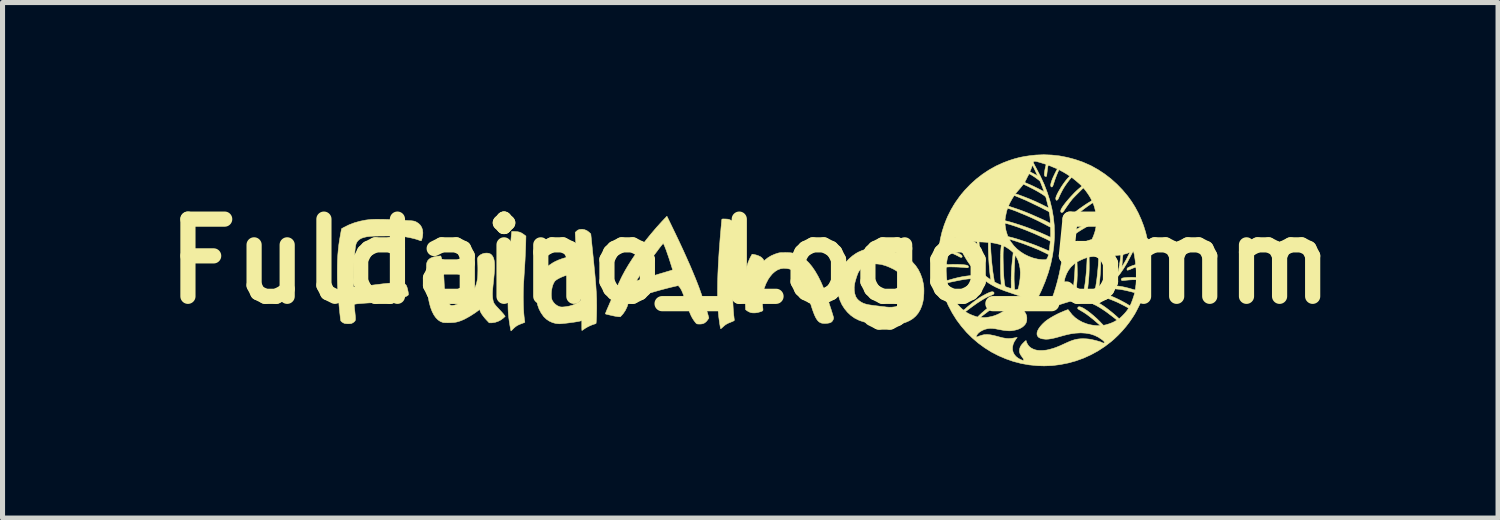
<source format=kicad_pcb>
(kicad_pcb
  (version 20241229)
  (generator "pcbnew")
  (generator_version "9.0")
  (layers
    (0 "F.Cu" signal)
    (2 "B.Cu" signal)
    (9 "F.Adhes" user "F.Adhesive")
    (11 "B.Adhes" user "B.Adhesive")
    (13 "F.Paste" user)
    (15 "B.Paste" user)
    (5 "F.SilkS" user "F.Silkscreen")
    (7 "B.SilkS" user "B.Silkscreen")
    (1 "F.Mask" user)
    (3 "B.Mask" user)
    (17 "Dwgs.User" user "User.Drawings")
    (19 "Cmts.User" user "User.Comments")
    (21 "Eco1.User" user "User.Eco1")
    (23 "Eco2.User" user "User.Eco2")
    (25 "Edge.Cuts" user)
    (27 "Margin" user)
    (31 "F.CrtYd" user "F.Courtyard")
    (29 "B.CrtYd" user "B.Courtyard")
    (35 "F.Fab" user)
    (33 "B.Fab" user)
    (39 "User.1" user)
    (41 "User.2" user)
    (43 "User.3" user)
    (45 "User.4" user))
  (footprint "Fuldaino_Logo_5mm"
    (layer "F.Cu")
    (at 11.764 2.111)
    (property "Reference" "Fuldaino_Logo_5mm" (at 0 0 0) (layer "F.SilkS") (effects (font (size 1.524 1.524) (thickness 0.3))))
    (attr through_hole)
    (fp_poly (pts (xy -4.643 -0.59) (xy -4.596 -0.586) (xy -4.557 -0.578) (xy -4.521 -0.563) (xy -4.484 -0.54) (xy -4.465 -0.526) (xy -4.43 -0.5) (xy -4.434 -0.331) (xy -4.436 -0.284) (xy -4.438 -0.227) (xy -4.441 -0.163) (xy -4.444 -0.096) (xy -4.447 -0.026) (xy -4.451 0.041) (xy -4.454 0.092) (xy -4.458 0.153) (xy -4.462 0.215) (xy -4.466 0.274) (xy -4.469 0.331) (xy -4.472 0.381) (xy -4.475 0.423) (xy -4.477 0.454) (xy -4.48 0.532) (xy -4.482 0.615) (xy -4.483 0.7) (xy -4.482 0.786) (xy -4.48 0.87) (xy -4.477 0.951) (xy -4.472 1.025) (xy -4.466 1.091) (xy -4.459 1.147) (xy -4.458 1.158) (xy -4.454 1.179) (xy -4.452 1.195) (xy -4.451 1.201) (xy -4.457 1.205) (xy -4.472 1.212) (xy -4.495 1.221) (xy -4.523 1.231) (xy -4.525 1.232) (xy -4.567 1.249) (xy -4.601 1.266) (xy -4.631 1.286) (xy -4.661 1.311) (xy -4.689 1.339) (xy -4.705 1.355) (xy -4.718 1.367) (xy -4.725 1.372) (xy -4.725 1.372) (xy -4.727 1.366) (xy -4.731 1.349) (xy -4.736 1.324) (xy -4.741 1.293) (xy -4.746 1.268) (xy -4.754 1.213) (xy -4.762 1.163) (xy -4.768 1.118) (xy -4.773 1.074) (xy -4.777 1.032) (xy -4.78 0.988) (xy -4.782 0.94) (xy -4.783 0.888) (xy -4.784 0.829) (xy -4.784 0.761) (xy -4.784 0.682) (xy -4.784 0.673) (xy -4.784 0.606) (xy -4.784 0.539) (xy -4.783 0.473) (xy -4.782 0.411) (xy -4.78 0.356) (xy -4.779 0.308) (xy -4.777 0.27) (xy -4.776 0.257) (xy -4.771 0.171) (xy -4.765 0.083) (xy -4.758 -0.007) (xy -4.752 -0.095) (xy -4.745 -0.181) (xy -4.739 -0.264) (xy -4.733 -0.34) (xy -4.727 -0.41) (xy -4.722 -0.472) (xy -4.717 -0.523) (xy -4.714 -0.551) (xy -4.71 -0.592) (xy -4.643 -0.59)) (stroke (width 0.01) (type solid)) (fill yes) (layer "F.SilkS"))
    (fp_poly (pts (xy -0.499 -0.837) (xy -0.494 -0.837) (xy -0.462 -0.835) (xy -0.439 -0.833) (xy -0.42 -0.828) (xy -0.401 -0.821) (xy -0.387 -0.814) (xy -0.36 -0.799) (xy -0.333 -0.781) (xy -0.315 -0.766) (xy -0.285 -0.74) (xy -0.292 -0.54) (xy -0.294 -0.491) (xy -0.296 -0.431) (xy -0.299 -0.364) (xy -0.303 -0.291) (xy -0.307 -0.216) (xy -0.311 -0.14) (xy -0.315 -0.066) (xy -0.317 -0.022) (xy -0.324 0.091) (xy -0.33 0.192) (xy -0.335 0.283) (xy -0.339 0.364) (xy -0.342 0.437) (xy -0.344 0.503) (xy -0.346 0.562) (xy -0.347 0.617) (xy -0.347 0.667) (xy -0.347 0.714) (xy -0.346 0.76) (xy -0.344 0.805) (xy -0.343 0.82) (xy -0.341 0.869) (xy -0.338 0.92) (xy -0.335 0.968) (xy -0.331 1.011) (xy -0.328 1.047) (xy -0.327 1.059) (xy -0.323 1.091) (xy -0.32 1.12) (xy -0.317 1.142) (xy -0.316 1.155) (xy -0.316 1.156) (xy -0.316 1.163) (xy -0.319 1.169) (xy -0.328 1.175) (xy -0.343 1.182) (xy -0.367 1.192) (xy -0.39 1.202) (xy -0.428 1.217) (xy -0.458 1.232) (xy -0.484 1.247) (xy -0.508 1.265) (xy -0.534 1.288) (xy -0.548 1.301) (xy -0.568 1.319) (xy -0.581 1.328) (xy -0.587 1.327) (xy -0.587 1.326) (xy -0.59 1.314) (xy -0.594 1.292) (xy -0.599 1.261) (xy -0.605 1.225) (xy -0.61 1.186) (xy -0.616 1.146) (xy -0.621 1.108) (xy -0.625 1.073) (xy -0.625 1.073) (xy -0.635 0.965) (xy -0.642 0.845) (xy -0.646 0.714) (xy -0.647 0.571) (xy -0.645 0.417) (xy -0.64 0.252) (xy -0.632 0.078) (xy -0.621 -0.107) (xy -0.613 -0.232) (xy -0.609 -0.277) (xy -0.605 -0.328) (xy -0.601 -0.383) (xy -0.597 -0.44) (xy -0.592 -0.498) (xy -0.587 -0.556) (xy -0.582 -0.612) (xy -0.578 -0.664) (xy -0.573 -0.712) (xy -0.57 -0.754) (xy -0.566 -0.788) (xy -0.564 -0.813) (xy -0.562 -0.828) (xy -0.561 -0.831) (xy -0.557 -0.835) (xy -0.547 -0.837) (xy -0.528 -0.838) (xy -0.499 -0.837)) (stroke (width 0.01) (type solid)) (fill yes) (layer "F.SilkS"))
    (fp_poly (pts (xy 0.754 -0.173) (xy 0.806 -0.169) (xy 0.853 -0.16) (xy 0.898 -0.148) (xy 0.944 -0.13) (xy 0.958 -0.123) (xy 1.026 -0.085) (xy 1.092 -0.035) (xy 1.156 0.028) (xy 1.218 0.103) (xy 1.278 0.19) (xy 1.337 0.291) (xy 1.393 0.403) (xy 1.448 0.529) (xy 1.462 0.565) (xy 1.475 0.597) (xy 1.489 0.637) (xy 1.505 0.682) (xy 1.522 0.731) (xy 1.54 0.783) (xy 1.558 0.835) (xy 1.575 0.888) (xy 1.592 0.938) (xy 1.607 0.986) (xy 1.62 1.028) (xy 1.631 1.064) (xy 1.639 1.091) (xy 1.644 1.11) (xy 1.645 1.116) (xy 1.642 1.133) (xy 1.635 1.153) (xy 1.63 1.162) (xy 1.614 1.186) (xy 1.592 1.204) (xy 1.562 1.215) (xy 1.523 1.222) (xy 1.489 1.224) (xy 1.451 1.224) (xy 1.421 1.221) (xy 1.398 1.216) (xy 1.395 1.215) (xy 1.372 1.204) (xy 1.35 1.188) (xy 1.329 1.166) (xy 1.308 1.137) (xy 1.287 1.1) (xy 1.266 1.054) (xy 1.245 1) (xy 1.222 0.935) (xy 1.198 0.86) (xy 1.172 0.773) (xy 1.162 0.74) (xy 1.136 0.652) (xy 1.112 0.575) (xy 1.09 0.508) (xy 1.068 0.451) (xy 1.047 0.401) (xy 1.026 0.359) (xy 1.004 0.322) (xy 0.981 0.29) (xy 0.956 0.261) (xy 0.935 0.24) (xy 0.885 0.2) (xy 0.83 0.17) (xy 0.769 0.149) (xy 0.722 0.14) (xy 0.659 0.136) (xy 0.598 0.145) (xy 0.541 0.166) (xy 0.487 0.2) (xy 0.436 0.245) (xy 0.388 0.303) (xy 0.353 0.354) (xy 0.308 0.442) (xy 0.273 0.535) (xy 0.25 0.632) (xy 0.238 0.731) (xy 0.238 0.832) (xy 0.244 0.892) (xy 0.248 0.926) (xy 0.25 0.949) (xy 0.249 0.965) (xy 0.242 0.976) (xy 0.228 0.984) (xy 0.206 0.992) (xy 0.184 0.999) (xy 0.143 1.01) (xy 0.099 1.016) (xy 0.056 1.017) (xy 0.02 1.013) (xy 0.016 1.012) (xy -0.011 1.003) (xy -0.042 0.988) (xy -0.07 0.97) (xy -0.074 0.967) (xy -0.093 0.952) (xy -0.099 0.786) (xy -0.102 0.682) (xy -0.104 0.586) (xy -0.105 0.498) (xy -0.105 0.419) (xy -0.103 0.35) (xy -0.101 0.292) (xy -0.097 0.244) (xy -0.093 0.213) (xy -0.071 0.108) (xy -0.041 0.013) (xy -0.003 -0.073) (xy 0.009 -0.094) (xy 0.035 -0.141) (xy 0.069 -0.137) (xy 0.114 -0.127) (xy 0.161 -0.111) (xy 0.201 -0.092) (xy 0.222 -0.077) (xy 0.242 -0.058) (xy 0.257 -0.039) (xy 0.266 -0.022) (xy 0.267 -0.017) (xy 0.268 -0.012) (xy 0.274 -0.014) (xy 0.287 -0.023) (xy 0.295 -0.031) (xy 0.35 -0.074) (xy 0.414 -0.112) (xy 0.486 -0.143) (xy 0.537 -0.16) (xy 0.558 -0.166) (xy 0.579 -0.17) (xy 0.601 -0.172) (xy 0.628 -0.174) (xy 0.663 -0.174) (xy 0.692 -0.175) (xy 0.754 -0.173)) (stroke (width 0.01) (type solid)) (fill yes) (layer "F.SilkS"))
    (fp_poly (pts (xy -5.165 -0.16) (xy -5.132 -0.147) (xy -5.112 -0.132) (xy -5.093 -0.11) (xy -5.078 -0.085) (xy -5.066 -0.054) (xy -5.057 -0.018) (xy -5.051 0.024) (xy -5.049 0.075) (xy -5.049 0.133) (xy -5.052 0.201) (xy -5.059 0.279) (xy -5.068 0.369) (xy -5.071 0.399) (xy -5.079 0.473) (xy -5.085 0.535) (xy -5.089 0.589) (xy -5.091 0.635) (xy -5.09 0.675) (xy -5.088 0.71) (xy -5.084 0.742) (xy -5.079 0.77) (xy -5.073 0.794) (xy -5.065 0.815) (xy -5.054 0.836) (xy -5.037 0.858) (xy -5.015 0.885) (xy -4.985 0.917) (xy -4.971 0.932) (xy -4.944 0.961) (xy -4.917 0.99) (xy -4.893 1.017) (xy -4.875 1.038) (xy -4.867 1.048) (xy -4.839 1.085) (xy -4.877 1.12) (xy -4.924 1.155) (xy -4.978 1.183) (xy -5.038 1.203) (xy -5.098 1.212) (xy -5.12 1.213) (xy -5.155 1.213) (xy -5.21 1.155) (xy -5.246 1.115) (xy -5.277 1.075) (xy -5.304 1.037) (xy -5.323 1.004) (xy -5.335 0.977) (xy -5.335 0.975) (xy -5.342 0.949) (xy -5.398 0.99) (xy -5.435 1.017) (xy -5.479 1.045) (xy -5.525 1.075) (xy -5.572 1.102) (xy -5.616 1.126) (xy -5.654 1.146) (xy -5.668 1.152) (xy -5.719 1.173) (xy -5.764 1.188) (xy -5.807 1.199) (xy -5.852 1.206) (xy -5.903 1.209) (xy -5.937 1.21) (xy -5.974 1.211) (xy -6.009 1.21) (xy -6.038 1.209) (xy -6.059 1.208) (xy -6.066 1.206) (xy -6.118 1.187) (xy -6.165 1.155) (xy -6.208 1.112) (xy -6.247 1.057) (xy -6.281 0.991) (xy -6.311 0.913) (xy -6.321 0.879) (xy -6.34 0.806) (xy -6.356 0.726) (xy -6.369 0.638) (xy -6.379 0.54) (xy -6.386 0.433) (xy -6.391 0.315) (xy -6.393 0.254) (xy -6.394 0.198) (xy -6.394 0.152) (xy -6.394 0.116) (xy -6.394 0.088) (xy -6.393 0.067) (xy -6.391 0.05) (xy -6.389 0.037) (xy -6.386 0.025) (xy -6.386 0.025) (xy -6.37 -0.012) (xy -6.344 -0.042) (xy -6.308 -0.067) (xy -6.262 -0.085) (xy -6.205 -0.098) (xy -6.156 -0.104) (xy -6.111 -0.108) (xy -6.097 -0.065) (xy -6.088 -0.032) (xy -6.079 0.005) (xy -6.072 0.045) (xy -6.066 0.091) (xy -6.06 0.144) (xy -6.056 0.205) (xy -6.052 0.276) (xy -6.048 0.349) (xy -6.044 0.435) (xy -6.04 0.51) (xy -6.034 0.573) (xy -6.028 0.628) (xy -6.02 0.675) (xy -6.011 0.715) (xy -6 0.749) (xy -5.987 0.778) (xy -5.972 0.804) (xy -5.955 0.828) (xy -5.942 0.842) (xy -5.926 0.858) (xy -5.913 0.867) (xy -5.9 0.87) (xy -5.89 0.87) (xy -5.845 0.865) (xy -5.795 0.849) (xy -5.741 0.824) (xy -5.686 0.791) (xy -5.667 0.778) (xy -5.598 0.724) (xy -5.54 0.671) (xy -5.493 0.616) (xy -5.455 0.558) (xy -5.426 0.496) (xy -5.403 0.428) (xy -5.388 0.353) (xy -5.384 0.321) (xy -5.381 0.28) (xy -5.38 0.233) (xy -5.379 0.181) (xy -5.379 0.129) (xy -5.38 0.08) (xy -5.382 0.036) (xy -5.384 0.011) (xy -5.387 -0.027) (xy -5.386 -0.055) (xy -5.379 -0.078) (xy -5.367 -0.096) (xy -5.358 -0.106) (xy -5.324 -0.132) (xy -5.286 -0.15) (xy -5.245 -0.161) (xy -5.204 -0.164) (xy -5.165 -0.16)) (stroke (width 0.01) (type solid)) (fill yes) (layer "F.SilkS"))
    (fp_poly (pts (xy 2.563 -0.255) (xy 2.664 -0.238) (xy 2.771 -0.212) (xy 2.842 -0.189) (xy 2.921 -0.161) (xy 2.99 -0.132) (xy 3.05 -0.101) (xy 3.104 -0.068) (xy 3.153 -0.031) (xy 3.199 0.01) (xy 3.201 0.013) (xy 3.263 0.082) (xy 3.316 0.16) (xy 3.359 0.246) (xy 3.393 0.339) (xy 3.416 0.437) (xy 3.423 0.481) (xy 3.427 0.525) (xy 3.428 0.577) (xy 3.427 0.634) (xy 3.423 0.691) (xy 3.418 0.744) (xy 3.41 0.789) (xy 3.41 0.79) (xy 3.387 0.876) (xy 3.355 0.953) (xy 3.315 1.021) (xy 3.267 1.079) (xy 3.209 1.13) (xy 3.142 1.171) (xy 3.065 1.205) (xy 2.978 1.232) (xy 2.962 1.235) (xy 2.941 1.239) (xy 2.909 1.242) (xy 2.869 1.244) (xy 2.823 1.246) (xy 2.773 1.248) (xy 2.721 1.248) (xy 2.669 1.249) (xy 2.619 1.248) (xy 2.574 1.247) (xy 2.536 1.245) (xy 2.518 1.244) (xy 2.421 1.233) (xy 2.329 1.216) (xy 2.246 1.196) (xy 2.172 1.172) (xy 2.139 1.159) (xy 2.058 1.118) (xy 1.985 1.066) (xy 1.919 1.004) (xy 1.861 0.934) (xy 1.811 0.856) (xy 1.771 0.77) (xy 1.741 0.678) (xy 1.733 0.641) (xy 1.727 0.614) (xy 1.723 0.588) (xy 1.721 0.561) (xy 1.719 0.53) (xy 1.719 0.507) (xy 2.052 0.507) (xy 2.053 0.574) (xy 2.063 0.637) (xy 2.082 0.695) (xy 2.082 0.696) (xy 2.106 0.734) (xy 2.14 0.77) (xy 2.183 0.801) (xy 2.232 0.827) (xy 2.245 0.831) (xy 2.267 0.839) (xy 2.292 0.846) (xy 2.32 0.853) (xy 2.354 0.859) (xy 2.395 0.865) (xy 2.445 0.872) (xy 2.506 0.879) (xy 2.508 0.879) (xy 2.552 0.885) (xy 2.595 0.89) (xy 2.634 0.894) (xy 2.666 0.898) (xy 2.689 0.901) (xy 2.692 0.901) (xy 2.74 0.905) (xy 2.791 0.904) (xy 2.84 0.899) (xy 2.881 0.892) (xy 2.934 0.875) (xy 2.979 0.851) (xy 3.021 0.82) (xy 3.047 0.795) (xy 3.082 0.758) (xy 3.106 0.724) (xy 3.123 0.69) (xy 3.132 0.654) (xy 3.136 0.616) (xy 3.135 0.559) (xy 3.125 0.507) (xy 3.107 0.454) (xy 3.08 0.401) (xy 3.044 0.346) (xy 3.002 0.293) (xy 2.956 0.245) (xy 2.909 0.204) (xy 2.892 0.192) (xy 2.826 0.152) (xy 2.752 0.117) (xy 2.675 0.086) (xy 2.6 0.064) (xy 2.581 0.06) (xy 2.541 0.054) (xy 2.495 0.05) (xy 2.447 0.049) (xy 2.4 0.05) (xy 2.359 0.054) (xy 2.33 0.06) (xy 2.271 0.082) (xy 2.219 0.113) (xy 2.175 0.154) (xy 2.141 0.202) (xy 2.135 0.213) (xy 2.123 0.24) (xy 2.109 0.276) (xy 2.095 0.317) (xy 2.082 0.36) (xy 2.07 0.402) (xy 2.061 0.439) (xy 2.061 0.441) (xy 2.052 0.507) (xy 1.719 0.507) (xy 1.719 0.491) (xy 1.718 0.457) (xy 1.719 0.413) (xy 1.719 0.379) (xy 1.721 0.352) (xy 1.724 0.329) (xy 1.727 0.309) (xy 1.732 0.289) (xy 1.757 0.218) (xy 1.793 0.147) (xy 1.839 0.077) (xy 1.892 0.009) (xy 1.953 -0.053) (xy 2.018 -0.109) (xy 2.087 -0.157) (xy 2.131 -0.182) (xy 2.21 -0.217) (xy 2.293 -0.242) (xy 2.379 -0.257) (xy 2.469 -0.261) (xy 2.563 -0.255)) (stroke (width 0.01) (type solid)) (fill yes) (layer "F.SilkS"))
    (fp_poly (pts (xy -1.572 -0.74) (xy -1.484 -0.558) (xy -1.402 -0.386) (xy -1.327 -0.225) (xy -1.258 -0.072) (xy -1.194 0.071) (xy -1.137 0.206) (xy -1.084 0.333) (xy -1.037 0.452) (xy -1.029 0.473) (xy -1.01 0.523) (xy -0.989 0.581) (xy -0.967 0.644) (xy -0.944 0.711) (xy -0.921 0.779) (xy -0.899 0.846) (xy -0.879 0.909) (xy -0.861 0.966) (xy -0.847 1.015) (xy -0.841 1.034) (xy -0.818 1.118) (xy -0.84 1.152) (xy -0.87 1.189) (xy -0.903 1.215) (xy -0.933 1.229) (xy -0.956 1.234) (xy -0.986 1.237) (xy -1.018 1.237) (xy -1.044 1.235) (xy -1.05 1.234) (xy -1.059 1.23) (xy -1.068 1.223) (xy -1.079 1.211) (xy -1.095 1.191) (xy -1.114 1.165) (xy -1.132 1.138) (xy -1.15 1.108) (xy -1.168 1.074) (xy -1.186 1.033) (xy -1.205 0.986) (xy -1.226 0.93) (xy -1.249 0.864) (xy -1.266 0.813) (xy -1.29 0.746) (xy -1.31 0.689) (xy -1.327 0.642) (xy -1.343 0.603) (xy -1.357 0.571) (xy -1.371 0.546) (xy -1.384 0.524) (xy -1.398 0.506) (xy -1.401 0.503) (xy -1.422 0.478) (xy -1.478 0.49) (xy -1.572 0.512) (xy -1.674 0.538) (xy -1.783 0.567) (xy -1.896 0.599) (xy -2.01 0.632) (xy -2.121 0.666) (xy -2.228 0.701) (xy -2.318 0.731) (xy -2.391 0.756) (xy -2.406 0.813) (xy -2.432 0.894) (xy -2.466 0.966) (xy -2.508 1.029) (xy -2.537 1.063) (xy -2.567 1.094) (xy -2.612 1.091) (xy -2.63 1.088) (xy -2.657 1.084) (xy -2.69 1.078) (xy -2.725 1.07) (xy -2.761 1.062) (xy -2.796 1.054) (xy -2.825 1.047) (xy -2.848 1.041) (xy -2.861 1.036) (xy -2.862 1.036) (xy -2.86 1.03) (xy -2.854 1.013) (xy -2.844 0.987) (xy -2.83 0.953) (xy -2.812 0.912) (xy -2.792 0.866) (xy -2.77 0.814) (xy -2.746 0.76) (xy -2.72 0.703) (xy -2.694 0.645) (xy -2.668 0.587) (xy -2.642 0.53) (xy -2.617 0.475) (xy -2.594 0.424) (xy -2.574 0.383) (xy -2.248 0.383) (xy -2.242 0.382) (xy -2.227 0.378) (xy -2.206 0.371) (xy -2.196 0.368) (xy -2.179 0.363) (xy -2.152 0.355) (xy -2.115 0.343) (xy -2.071 0.33) (xy -2.02 0.315) (xy -1.964 0.298) (xy -1.904 0.28) (xy -1.842 0.262) (xy -1.838 0.26) (xy -1.532 0.169) (xy -1.554 0.099) (xy -1.577 0.026) (xy -1.599 -0.043) (xy -1.621 -0.108) (xy -1.642 -0.168) (xy -1.66 -0.221) (xy -1.678 -0.266) (xy -1.692 -0.303) (xy -1.705 -0.331) (xy -1.714 -0.348) (xy -1.719 -0.354) (xy -1.725 -0.35) (xy -1.737 -0.336) (xy -1.755 -0.314) (xy -1.778 -0.285) (xy -1.806 -0.249) (xy -1.836 -0.208) (xy -1.87 -0.163) (xy -1.906 -0.114) (xy -1.943 -0.064) (xy -1.98 -0.012) (xy -2.018 0.04) (xy -2.054 0.091) (xy -2.089 0.141) (xy -2.121 0.187) (xy -2.15 0.23) (xy -2.175 0.267) (xy -2.186 0.284) (xy -2.206 0.315) (xy -2.223 0.342) (xy -2.236 0.363) (xy -2.245 0.377) (xy -2.248 0.383) (xy -2.574 0.383) (xy -2.572 0.378) (xy -2.553 0.337) (xy -2.536 0.303) (xy -2.531 0.292) (xy -2.472 0.182) (xy -2.404 0.067) (xy -2.327 -0.053) (xy -2.243 -0.176) (xy -2.152 -0.3) (xy -2.056 -0.425) (xy -1.955 -0.549) (xy -1.851 -0.671) (xy -1.744 -0.789) (xy -1.703 -0.832) (xy -1.646 -0.892) (xy -1.572 -0.74)) (stroke (width 0.01) (type solid)) (fill yes) (layer "F.SilkS"))
    (fp_poly (pts (xy -3.316 -0.634) (xy -3.269 -0.625) (xy -3.226 -0.607) (xy -3.185 -0.577) (xy -3.18 -0.572) (xy -3.149 -0.543) (xy -3.105 -0.114) (xy -3.094 -0.008) (xy -3.085 0.087) (xy -3.077 0.171) (xy -3.069 0.247) (xy -3.063 0.314) (xy -3.058 0.375) (xy -3.053 0.43) (xy -3.049 0.481) (xy -3.046 0.528) (xy -3.043 0.573) (xy -3.04 0.618) (xy -3.038 0.662) (xy -3.036 0.708) (xy -3.035 0.73) (xy -3.034 0.772) (xy -3.034 0.82) (xy -3.033 0.87) (xy -3.033 0.923) (xy -3.034 0.976) (xy -3.035 1.028) (xy -3.036 1.077) (xy -3.038 1.122) (xy -3.04 1.161) (xy -3.042 1.192) (xy -3.044 1.214) (xy -3.046 1.225) (xy -3.047 1.226) (xy -3.055 1.23) (xy -3.071 1.236) (xy -3.089 1.241) (xy -3.126 1.254) (xy -3.169 1.272) (xy -3.213 1.294) (xy -3.253 1.317) (xy -3.281 1.336) (xy -3.301 1.35) (xy -3.316 1.36) (xy -3.324 1.365) (xy -3.324 1.365) (xy -3.325 1.359) (xy -3.326 1.343) (xy -3.327 1.318) (xy -3.327 1.287) (xy -3.327 1.268) (xy -3.327 1.17) (xy -3.377 1.182) (xy -3.403 1.187) (xy -3.438 1.193) (xy -3.481 1.2) (xy -3.528 1.206) (xy -3.578 1.213) (xy -3.627 1.219) (xy -3.673 1.224) (xy -3.715 1.228) (xy -3.748 1.231) (xy -3.772 1.232) (xy -3.772 1.232) (xy -3.839 1.226) (xy -3.905 1.208) (xy -3.967 1.18) (xy -4.023 1.143) (xy -4.072 1.097) (xy -4.078 1.091) (xy -4.129 1.019) (xy -4.17 0.942) (xy -4.2 0.858) (xy -4.219 0.767) (xy -4.228 0.674) (xy -3.929 0.674) (xy -3.925 0.721) (xy -3.915 0.76) (xy -3.911 0.769) (xy -3.885 0.81) (xy -3.85 0.847) (xy -3.808 0.876) (xy -3.769 0.893) (xy -3.751 0.898) (xy -3.734 0.9) (xy -3.713 0.901) (xy -3.687 0.899) (xy -3.651 0.896) (xy -3.648 0.895) (xy -3.576 0.883) (xy -3.509 0.864) (xy -3.448 0.838) (xy -3.396 0.807) (xy -3.373 0.789) (xy -3.346 0.765) (xy -3.353 0.559) (xy -3.355 0.486) (xy -3.358 0.425) (xy -3.361 0.375) (xy -3.364 0.335) (xy -3.367 0.304) (xy -3.371 0.281) (xy -3.375 0.265) (xy -3.376 0.264) (xy -3.384 0.259) (xy -3.402 0.256) (xy -3.428 0.254) (xy -3.459 0.254) (xy -3.493 0.254) (xy -3.527 0.256) (xy -3.56 0.26) (xy -3.586 0.264) (xy -3.631 0.275) (xy -3.677 0.29) (xy -3.724 0.309) (xy -3.767 0.329) (xy -3.806 0.35) (xy -3.837 0.371) (xy -3.859 0.39) (xy -3.86 0.392) (xy -3.881 0.425) (xy -3.899 0.467) (xy -3.913 0.516) (xy -3.923 0.569) (xy -3.929 0.622) (xy -3.929 0.674) (xy -4.228 0.674) (xy -4.228 0.669) (xy -4.229 0.632) (xy -4.224 0.531) (xy -4.209 0.438) (xy -4.183 0.352) (xy -4.146 0.273) (xy -4.099 0.201) (xy -4.042 0.136) (xy -3.973 0.077) (xy -3.894 0.025) (xy -3.853 0.003) (xy -3.788 -0.027) (xy -3.717 -0.053) (xy -3.645 -0.075) (xy -3.574 -0.09) (xy -3.508 -0.099) (xy -3.463 -0.102) (xy -3.439 -0.103) (xy -3.426 -0.106) (xy -3.423 -0.11) (xy -3.423 -0.119) (xy -3.426 -0.138) (xy -3.429 -0.163) (xy -3.432 -0.191) (xy -3.435 -0.219) (xy -3.439 -0.256) (xy -3.442 -0.301) (xy -3.445 -0.349) (xy -3.448 -0.398) (xy -3.449 -0.417) (xy -3.457 -0.571) (xy -3.435 -0.594) (xy -3.406 -0.617) (xy -3.371 -0.63) (xy -3.33 -0.634) (xy -3.316 -0.634)) (stroke (width 0.01) (type solid)) (fill yes) (layer "F.SilkS"))
    (fp_poly (pts (xy -7.302 -0.831) (xy -7.227 -0.83) (xy -7.142 -0.827) (xy -7.046 -0.823) (xy -6.939 -0.817) (xy -6.821 -0.81) (xy -6.752 -0.806) (xy -6.71 -0.804) (xy -6.679 -0.801) (xy -6.656 -0.798) (xy -6.638 -0.795) (xy -6.624 -0.791) (xy -6.609 -0.785) (xy -6.599 -0.78) (xy -6.552 -0.751) (xy -6.515 -0.715) (xy -6.488 -0.671) (xy -6.471 -0.621) (xy -6.465 -0.564) (xy -6.47 -0.502) (xy -6.477 -0.467) (xy -6.485 -0.435) (xy -6.492 -0.414) (xy -6.499 -0.407) (xy -6.499 -0.406) (xy -6.51 -0.409) (xy -6.528 -0.414) (xy -6.54 -0.419) (xy -6.583 -0.434) (xy -6.636 -0.449) (xy -6.695 -0.463) (xy -6.758 -0.476) (xy -6.822 -0.487) (xy -6.883 -0.496) (xy -6.883 -0.496) (xy -6.906 -0.498) (xy -6.94 -0.499) (xy -6.982 -0.5) (xy -7.032 -0.501) (xy -7.087 -0.502) (xy -7.145 -0.502) (xy -7.205 -0.502) (xy -7.265 -0.501) (xy -7.323 -0.501) (xy -7.376 -0.5) (xy -7.424 -0.499) (xy -7.465 -0.497) (xy -7.496 -0.495) (xy -7.496 -0.495) (xy -7.569 -0.487) (xy -7.63 -0.473) (xy -7.681 -0.455) (xy -7.721 -0.431) (xy -7.753 -0.401) (xy -7.775 -0.366) (xy -7.784 -0.344) (xy -7.791 -0.314) (xy -7.797 -0.276) (xy -7.801 -0.251) (xy -7.809 -0.173) (xy -7.817 -0.091) (xy -7.824 -0.009) (xy -7.83 0.073) (xy -7.835 0.153) (xy -7.838 0.228) (xy -7.84 0.297) (xy -7.84 0.357) (xy -7.839 0.407) (xy -7.838 0.416) (xy -7.833 0.505) (xy -7.772 0.504) (xy -7.753 0.503) (xy -7.722 0.5) (xy -7.683 0.496) (xy -7.636 0.491) (xy -7.583 0.485) (xy -7.527 0.478) (xy -7.468 0.47) (xy -7.448 0.467) (xy -7.35 0.455) (xy -7.262 0.444) (xy -7.186 0.436) (xy -7.119 0.43) (xy -7.061 0.425) (xy -7.01 0.423) (xy -6.965 0.423) (xy -6.927 0.424) (xy -6.907 0.426) (xy -6.868 0.43) (xy -6.84 0.437) (xy -6.818 0.447) (xy -6.802 0.462) (xy -6.789 0.481) (xy -6.781 0.501) (xy -6.772 0.529) (xy -6.764 0.562) (xy -6.757 0.595) (xy -6.752 0.625) (xy -6.75 0.646) (xy -6.751 0.657) (xy -6.756 0.666) (xy -6.767 0.675) (xy -6.787 0.687) (xy -6.79 0.688) (xy -6.859 0.722) (xy -6.937 0.75) (xy -7.021 0.774) (xy -7.108 0.79) (xy -7.109 0.79) (xy -7.133 0.793) (xy -7.167 0.797) (xy -7.209 0.8) (xy -7.256 0.804) (xy -7.305 0.807) (xy -7.344 0.809) (xy -7.435 0.815) (xy -7.513 0.819) (xy -7.581 0.823) (xy -7.639 0.827) (xy -7.686 0.831) (xy -7.726 0.834) (xy -7.757 0.837) (xy -7.781 0.84) (xy -7.798 0.843) (xy -7.81 0.846) (xy -7.817 0.849) (xy -7.818 0.85) (xy -7.819 0.858) (xy -7.819 0.875) (xy -7.817 0.901) (xy -7.814 0.931) (xy -7.814 0.934) (xy -7.807 0.995) (xy -7.802 1.045) (xy -7.798 1.084) (xy -7.796 1.115) (xy -7.796 1.138) (xy -7.797 1.155) (xy -7.8 1.166) (xy -7.801 1.169) (xy -7.817 1.19) (xy -7.842 1.209) (xy -7.869 1.223) (xy -7.873 1.225) (xy -7.896 1.229) (xy -7.926 1.231) (xy -7.959 1.231) (xy -7.989 1.228) (xy -8.013 1.224) (xy -8.015 1.223) (xy -8.038 1.212) (xy -8.06 1.198) (xy -8.077 1.184) (xy -8.086 1.171) (xy -8.086 1.17) (xy -8.088 1.16) (xy -8.091 1.138) (xy -8.095 1.108) (xy -8.099 1.07) (xy -8.104 1.026) (xy -8.109 0.979) (xy -8.114 0.93) (xy -8.119 0.88) (xy -8.123 0.832) (xy -8.128 0.787) (xy -8.131 0.749) (xy -8.138 0.66) (xy -8.144 0.579) (xy -8.148 0.505) (xy -8.151 0.433) (xy -8.153 0.361) (xy -8.154 0.284) (xy -8.154 0.206) (xy -8.153 0.085) (xy -8.15 -0.026) (xy -8.144 -0.131) (xy -8.135 -0.231) (xy -8.124 -0.33) (xy -8.109 -0.43) (xy -8.091 -0.534) (xy -8.089 -0.544) (xy -8.07 -0.646) (xy -8.018 -0.675) (xy -7.922 -0.722) (xy -7.818 -0.762) (xy -7.708 -0.793) (xy -7.593 -0.816) (xy -7.519 -0.825) (xy -7.477 -0.829) (xy -7.427 -0.831) (xy -7.369 -0.832) (xy -7.302 -0.831)) (stroke (width 0.01) (type solid)) (fill yes) (layer "F.SilkS"))
    (fp_poly (pts (xy 5.95 -2.1) (xy 6.106 -2.083) (xy 6.261 -2.053) (xy 6.414 -2.012) (xy 6.563 -1.961) (xy 6.707 -1.898) (xy 6.734 -1.885) (xy 6.868 -1.81) (xy 6.997 -1.725) (xy 7.122 -1.629) (xy 7.239 -1.524) (xy 7.349 -1.41) (xy 7.451 -1.289) (xy 7.529 -1.181) (xy 7.597 -1.072) (xy 7.66 -0.955) (xy 7.716 -0.831) (xy 7.765 -0.704) (xy 7.805 -0.577) (xy 7.829 -0.479) (xy 7.858 -0.319) (xy 7.875 -0.159) (xy 7.879 0.001) (xy 7.871 0.162) (xy 7.851 0.325) (xy 7.845 0.355) (xy 7.831 0.425) (xy 7.812 0.502) (xy 7.789 0.583) (xy 7.764 0.663) (xy 7.737 0.738) (xy 7.709 0.806) (xy 7.709 0.806) (xy 7.697 0.833) (xy 7.681 0.866) (xy 7.663 0.902) (xy 7.644 0.939) (xy 7.626 0.975) (xy 7.608 1.008) (xy 7.594 1.034) (xy 7.584 1.052) (xy 7.582 1.054) (xy 7.573 1.067) (xy 7.561 1.087) (xy 7.546 1.11) (xy 7.543 1.114) (xy 7.485 1.199) (xy 7.418 1.286) (xy 7.343 1.373) (xy 7.263 1.457) (xy 7.18 1.536) (xy 7.124 1.584) (xy 6.997 1.681) (xy 6.864 1.768) (xy 6.724 1.844) (xy 6.579 1.91) (xy 6.429 1.964) (xy 6.276 2.006) (xy 6.12 2.037) (xy 5.963 2.057) (xy 5.803 2.063) (xy 5.667 2.059) (xy 5.506 2.043) (xy 5.348 2.015) (xy 5.194 1.975) (xy 5.045 1.923) (xy 4.9 1.861) (xy 4.761 1.789) (xy 4.628 1.706) (xy 4.501 1.613) (xy 4.382 1.511) (xy 4.27 1.4) (xy 4.167 1.28) (xy 4.072 1.153) (xy 3.987 1.017) (xy 3.911 0.873) (xy 3.892 0.831) (xy 3.834 0.688) (xy 3.787 0.539) (xy 3.75 0.387) (xy 3.726 0.232) (xy 3.72 0.167) (xy 3.868 0.167) (xy 3.868 0.189) (xy 3.869 0.218) (xy 3.871 0.251) (xy 3.873 0.284) (xy 3.876 0.316) (xy 3.878 0.343) (xy 3.881 0.364) (xy 3.883 0.375) (xy 3.883 0.375) (xy 3.89 0.376) (xy 3.906 0.372) (xy 3.928 0.367) (xy 3.935 0.364) (xy 4.02 0.34) (xy 4.105 0.319) (xy 4.188 0.302) (xy 4.266 0.29) (xy 4.336 0.282) (xy 4.35 0.282) (xy 4.382 0.28) (xy 4.403 0.28) (xy 4.418 0.281) (xy 4.428 0.284) (xy 4.436 0.289) (xy 4.44 0.292) (xy 4.455 0.307) (xy 4.457 0.32) (xy 4.448 0.33) (xy 4.426 0.336) (xy 4.392 0.34) (xy 4.389 0.34) (xy 4.349 0.343) (xy 4.31 0.346) (xy 4.272 0.35) (xy 4.231 0.355) (xy 4.186 0.363) (xy 4.135 0.372) (xy 4.075 0.384) (xy 4.023 0.395) (xy 3.984 0.403) (xy 3.95 0.41) (xy 3.923 0.416) (xy 3.904 0.42) (xy 3.894 0.422) (xy 3.894 0.423) (xy 3.894 0.429) (xy 3.897 0.445) (xy 3.903 0.468) (xy 3.91 0.495) (xy 3.919 0.522) (xy 3.927 0.548) (xy 3.934 0.569) (xy 3.945 0.597) (xy 3.957 0.626) (xy 3.97 0.655) (xy 3.982 0.68) (xy 3.992 0.699) (xy 3.999 0.71) (xy 4.001 0.711) (xy 4.008 0.708) (xy 4.022 0.7) (xy 4.029 0.695) (xy 4.052 0.68) (xy 4.083 0.662) (xy 4.121 0.64) (xy 4.162 0.617) (xy 4.203 0.595) (xy 4.243 0.573) (xy 4.278 0.556) (xy 4.289 0.55) (xy 4.364 0.515) (xy 4.429 0.488) (xy 4.484 0.468) (xy 4.53 0.456) (xy 4.566 0.451) (xy 4.592 0.454) (xy 4.606 0.462) (xy 4.614 0.476) (xy 4.61 0.489) (xy 4.595 0.5) (xy 4.568 0.511) (xy 4.558 0.514) (xy 4.517 0.527) (xy 4.468 0.545) (xy 4.414 0.566) (xy 4.359 0.589) (xy 4.324 0.604) (xy 4.301 0.615) (xy 4.271 0.629) (xy 4.237 0.646) (xy 4.2 0.664) (xy 4.162 0.682) (xy 4.126 0.7) (xy 4.093 0.717) (xy 4.066 0.731) (xy 4.045 0.741) (xy 4.034 0.748) (xy 4.033 0.748) (xy 4.031 0.756) (xy 4.038 0.772) (xy 4.051 0.794) (xy 4.07 0.82) (xy 4.093 0.849) (xy 4.12 0.879) (xy 4.149 0.909) (xy 4.171 0.93) (xy 4.188 0.946) (xy 4.202 0.957) (xy 4.21 0.962) (xy 4.21 0.962) (xy 4.217 0.958) (xy 4.231 0.948) (xy 4.249 0.933) (xy 4.255 0.927) (xy 4.294 0.893) (xy 4.338 0.857) (xy 4.384 0.82) (xy 4.43 0.785) (xy 4.473 0.754) (xy 4.51 0.728) (xy 4.534 0.712) (xy 4.576 0.687) (xy 4.62 0.663) (xy 4.661 0.641) (xy 4.699 0.623) (xy 4.73 0.61) (xy 4.75 0.603) (xy 4.777 0.599) (xy 4.798 0.603) (xy 4.81 0.613) (xy 4.813 0.625) (xy 4.811 0.636) (xy 4.804 0.645) (xy 4.791 0.655) (xy 4.768 0.665) (xy 4.737 0.678) (xy 4.682 0.702) (xy 4.62 0.735) (xy 4.551 0.777) (xy 4.474 0.827) (xy 4.391 0.886) (xy 4.335 0.927) (xy 4.248 0.993) (xy 4.265 1.005) (xy 4.298 1.024) (xy 4.339 1.045) (xy 4.385 1.064) (xy 4.426 1.079) (xy 4.486 1.099) (xy 4.517 1.069) (xy 4.534 1.053) (xy 4.547 1.041) (xy 4.553 1.035) (xy 4.553 1.035) (xy 4.561 1.027) (xy 4.577 1.013) (xy 4.599 0.995) (xy 4.623 0.974) (xy 4.649 0.952) (xy 4.674 0.931) (xy 4.696 0.913) (xy 4.712 0.9) (xy 4.718 0.895) (xy 4.756 0.866) (xy 4.798 0.837) (xy 4.84 0.809) (xy 4.882 0.784) (xy 4.921 0.761) (xy 4.955 0.744) (xy 4.982 0.732) (xy 4.988 0.73) (xy 5.017 0.725) (xy 5.04 0.727) (xy 5.055 0.736) (xy 5.057 0.738) (xy 5.061 0.748) (xy 5.058 0.757) (xy 5.048 0.767) (xy 5.03 0.78) (xy 5.002 0.795) (xy 4.978 0.808) (xy 4.93 0.833) (xy 4.881 0.862) (xy 4.828 0.895) (xy 4.771 0.933) (xy 4.708 0.978) (xy 4.638 1.031) (xy 4.633 1.035) (xy 4.544 1.102) (xy 4.575 1.107) (xy 4.611 1.11) (xy 4.656 1.107) (xy 4.706 1.1) (xy 4.759 1.089) (xy 4.811 1.075) (xy 4.86 1.057) (xy 4.897 1.041) (xy 4.921 1.029) (xy 4.947 1.015) (xy 4.972 1.001) (xy 4.991 0.989) (xy 5.001 0.983) (xy 5.056 0.939) (xy 5.103 0.9) (xy 5.142 0.865) (xy 5.148 0.859) (xy 5.193 0.814) (xy 5.233 0.837) (xy 5.286 0.87) (xy 5.335 0.908) (xy 5.378 0.95) (xy 5.414 0.992) (xy 5.439 1.032) (xy 5.45 1.058) (xy 5.456 1.082) (xy 5.46 1.112) (xy 5.46 1.12) (xy 5.458 1.17) (xy 5.445 1.214) (xy 5.421 1.252) (xy 5.386 1.286) (xy 5.37 1.298) (xy 5.328 1.323) (xy 5.283 1.342) (xy 5.232 1.356) (xy 5.194 1.363) (xy 5.163 1.368) (xy 5.137 1.37) (xy 5.112 1.371) (xy 5.083 1.369) (xy 5.049 1.366) (xy 5.009 1.362) (xy 4.967 1.355) (xy 4.926 1.348) (xy 4.902 1.343) (xy 4.832 1.329) (xy 4.77 1.323) (xy 4.714 1.324) (xy 4.677 1.33) (xy 4.629 1.342) (xy 4.585 1.361) (xy 4.545 1.383) (xy 4.511 1.408) (xy 4.486 1.435) (xy 4.469 1.462) (xy 4.464 1.486) (xy 4.465 1.495) (xy 4.471 1.495) (xy 4.482 1.49) (xy 4.509 1.478) (xy 4.545 1.466) (xy 4.582 1.455) (xy 4.617 1.447) (xy 4.636 1.445) (xy 4.684 1.444) (xy 4.741 1.45) (xy 4.807 1.463) (xy 4.87 1.479) (xy 4.932 1.496) (xy 4.984 1.509) (xy 5.029 1.517) (xy 5.07 1.522) (xy 5.109 1.523) (xy 5.149 1.52) (xy 5.191 1.515) (xy 5.205 1.512) (xy 5.27 1.501) (xy 5.248 1.53) (xy 5.212 1.584) (xy 5.189 1.639) (xy 5.178 1.692) (xy 5.178 1.743) (xy 5.189 1.792) (xy 5.212 1.837) (xy 5.246 1.878) (xy 5.291 1.913) (xy 5.324 1.931) (xy 5.355 1.945) (xy 5.376 1.953) (xy 5.389 1.955) (xy 5.395 1.951) (xy 5.397 1.941) (xy 5.397 1.94) (xy 5.393 1.927) (xy 5.382 1.908) (xy 5.365 1.885) (xy 5.365 1.885) (xy 5.337 1.845) (xy 5.32 1.809) (xy 5.313 1.773) (xy 5.316 1.736) (xy 5.319 1.723) (xy 5.329 1.692) (xy 5.345 1.663) (xy 5.367 1.634) (xy 5.399 1.601) (xy 5.42 1.58) (xy 5.435 1.568) (xy 5.443 1.563) (xy 5.447 1.566) (xy 5.448 1.573) (xy 5.452 1.59) (xy 5.462 1.614) (xy 5.476 1.639) (xy 5.493 1.664) (xy 5.505 1.678) (xy 5.538 1.706) (xy 5.582 1.73) (xy 5.633 1.748) (xy 5.636 1.749) (xy 5.668 1.755) (xy 5.709 1.758) (xy 5.754 1.759) (xy 5.8 1.756) (xy 5.842 1.752) (xy 5.858 1.749) (xy 5.896 1.741) (xy 5.94 1.729) (xy 5.985 1.716) (xy 6.026 1.702) (xy 6.06 1.689) (xy 6.069 1.685) (xy 6.088 1.677) (xy 6.101 1.672) (xy 6.106 1.67) (xy 6.112 1.668) (xy 6.128 1.661) (xy 6.151 1.65) (xy 6.18 1.637) (xy 6.199 1.628) (xy 6.261 1.6) (xy 6.314 1.577) (xy 6.36 1.56) (xy 6.402 1.547) (xy 6.441 1.538) (xy 6.479 1.532) (xy 6.519 1.528) (xy 6.563 1.527) (xy 6.572 1.527) (xy 6.619 1.528) (xy 6.659 1.531) (xy 6.694 1.535) (xy 6.732 1.542) (xy 6.734 1.542) (xy 6.773 1.551) (xy 6.812 1.56) (xy 6.849 1.57) (xy 6.883 1.58) (xy 6.911 1.588) (xy 6.93 1.595) (xy 6.94 1.6) (xy 6.941 1.601) (xy 6.949 1.606) (xy 6.965 1.61) (xy 6.968 1.611) (xy 6.983 1.613) (xy 6.99 1.61) (xy 6.991 1.6) (xy 6.991 1.598) (xy 6.989 1.588) (xy 6.981 1.577) (xy 6.966 1.563) (xy 6.943 1.544) (xy 6.871 1.496) (xy 6.794 1.459) (xy 6.71 1.432) (xy 6.62 1.417) (xy 6.524 1.411) (xy 6.42 1.417) (xy 6.334 1.429) (xy 6.304 1.435) (xy 6.266 1.443) (xy 6.221 1.454) (xy 6.175 1.466) (xy 6.13 1.479) (xy 6.125 1.48) (xy 6.062 1.498) (xy 6.008 1.512) (xy 5.963 1.522) (xy 5.924 1.529) (xy 5.889 1.534) (xy 5.857 1.536) (xy 5.825 1.536) (xy 5.817 1.535) (xy 5.764 1.529) (xy 5.723 1.516) (xy 5.691 1.498) (xy 5.671 1.473) (xy 5.661 1.444) (xy 5.661 1.41) (xy 5.672 1.372) (xy 5.694 1.33) (xy 5.726 1.285) (xy 5.768 1.238) (xy 5.821 1.188) (xy 5.823 1.187) (xy 5.852 1.164) (xy 5.892 1.137) (xy 5.938 1.108) (xy 5.99 1.078) (xy 6.045 1.049) (xy 6.052 1.045) (xy 6.075 1.034) (xy 6.104 1.02) (xy 6.136 1.006) (xy 6.17 0.992) (xy 6.202 0.978) (xy 6.231 0.967) (xy 6.254 0.958) (xy 6.269 0.953) (xy 6.273 0.953) (xy 6.279 0.957) (xy 6.29 0.97) (xy 6.303 0.988) (xy 6.353 1.052) (xy 6.413 1.11) (xy 6.482 1.159) (xy 6.559 1.201) (xy 6.643 1.233) (xy 6.683 1.244) (xy 6.717 1.252) (xy 6.756 1.259) (xy 6.796 1.264) (xy 6.835 1.268) (xy 6.867 1.269) (xy 6.883 1.269) (xy 6.912 1.267) (xy 6.845 1.209) (xy 6.772 1.146) (xy 6.705 1.093) (xy 6.644 1.047) (xy 6.586 1.008) (xy 6.531 0.975) (xy 6.514 0.965) (xy 6.489 0.951) (xy 6.474 0.941) (xy 6.466 0.932) (xy 6.464 0.924) (xy 6.469 0.907) (xy 6.482 0.897) (xy 6.503 0.896) (xy 6.531 0.903) (xy 6.564 0.918) (xy 6.589 0.932) (xy 6.652 0.973) (xy 6.714 1.02) (xy 6.777 1.072) (xy 6.843 1.131) (xy 6.913 1.2) (xy 6.92 1.208) (xy 6.973 1.262) (xy 7.013 1.254) (xy 7.059 1.241) (xy 7.11 1.224) (xy 7.159 1.204) (xy 7.199 1.184) (xy 7.22 1.171) (xy 7.231 1.163) (xy 7.234 1.157) (xy 7.232 1.153) (xy 7.222 1.144) (xy 7.203 1.129) (xy 7.179 1.11) (xy 7.15 1.088) (xy 7.12 1.065) (xy 7.089 1.042) (xy 7.061 1.02) (xy 7.039 1.004) (xy 7.007 0.981) (xy 6.971 0.957) (xy 6.933 0.932) (xy 6.896 0.909) (xy 6.861 0.889) (xy 6.832 0.872) (xy 6.811 0.861) (xy 6.806 0.86) (xy 6.783 0.85) (xy 6.77 0.841) (xy 6.764 0.832) (xy 6.763 0.822) (xy 6.768 0.806) (xy 6.784 0.797) (xy 6.806 0.794) (xy 6.827 0.798) (xy 6.856 0.81) (xy 6.891 0.829) (xy 6.933 0.854) (xy 6.979 0.884) (xy 7.028 0.919) (xy 7.079 0.958) (xy 7.131 0.999) (xy 7.183 1.042) (xy 7.233 1.086) (xy 7.258 1.109) (xy 7.272 1.122) (xy 7.283 1.129) (xy 7.286 1.13) (xy 7.292 1.126) (xy 7.305 1.114) (xy 7.324 1.097) (xy 7.346 1.075) (xy 7.356 1.065) (xy 7.386 1.034) (xy 7.413 1.003) (xy 7.435 0.975) (xy 7.452 0.952) (xy 7.462 0.934) (xy 7.465 0.923) (xy 7.464 0.921) (xy 7.454 0.914) (xy 7.435 0.903) (xy 7.408 0.888) (xy 7.376 0.871) (xy 7.341 0.853) (xy 7.305 0.835) (xy 7.269 0.817) (xy 7.239 0.803) (xy 7.2 0.786) (xy 7.158 0.769) (xy 7.118 0.753) (xy 7.084 0.74) (xy 7.081 0.739) (xy 7.045 0.727) (xy 7.02 0.715) (xy 7.005 0.705) (xy 7 0.695) (xy 7.003 0.685) (xy 7.008 0.679) (xy 7.023 0.67) (xy 7.046 0.667) (xy 7.078 0.672) (xy 7.119 0.684) (xy 7.124 0.686) (xy 7.157 0.699) (xy 7.198 0.717) (xy 7.244 0.738) (xy 7.293 0.762) (xy 7.341 0.787) (xy 7.386 0.811) (xy 7.424 0.832) (xy 7.438 0.841) (xy 7.462 0.856) (xy 7.48 0.867) (xy 7.493 0.874) (xy 7.496 0.875) (xy 7.504 0.863) (xy 7.514 0.842) (xy 7.526 0.814) (xy 7.538 0.782) (xy 7.551 0.748) (xy 7.562 0.714) (xy 7.573 0.682) (xy 7.581 0.654) (xy 7.586 0.633) (xy 7.587 0.621) (xy 7.587 0.619) (xy 7.58 0.616) (xy 7.563 0.611) (xy 7.538 0.604) (xy 7.507 0.596) (xy 7.486 0.591) (xy 7.437 0.579) (xy 7.387 0.568) (xy 7.338 0.559) (xy 7.295 0.552) (xy 7.258 0.548) (xy 7.232 0.546) (xy 7.212 0.543) (xy 7.194 0.535) (xy 7.184 0.524) (xy 7.182 0.518) (xy 7.188 0.506) (xy 7.202 0.494) (xy 7.223 0.486) (xy 7.224 0.486) (xy 7.243 0.485) (xy 7.272 0.488) (xy 7.309 0.493) (xy 7.352 0.501) (xy 7.399 0.511) (xy 7.448 0.523) (xy 7.497 0.536) (xy 7.544 0.55) (xy 7.568 0.557) (xy 7.587 0.561) (xy 7.598 0.563) (xy 7.599 0.563) (xy 7.601 0.555) (xy 7.604 0.538) (xy 7.608 0.513) (xy 7.611 0.485) (xy 7.615 0.455) (xy 7.617 0.427) (xy 7.619 0.403) (xy 7.62 0.389) (xy 7.62 0.362) (xy 7.564 0.362) (xy 7.535 0.363) (xy 7.498 0.365) (xy 7.459 0.368) (xy 7.428 0.371) (xy 7.397 0.375) (xy 7.37 0.377) (xy 7.349 0.378) (xy 7.339 0.377) (xy 7.338 0.377) (xy 7.326 0.367) (xy 7.324 0.354) (xy 7.332 0.339) (xy 7.341 0.332) (xy 7.353 0.328) (xy 7.375 0.324) (xy 7.404 0.321) (xy 7.438 0.318) (xy 7.475 0.316) (xy 7.511 0.315) (xy 7.544 0.315) (xy 7.571 0.316) (xy 7.573 0.316) (xy 7.62 0.319) (xy 7.62 0.231) (xy 7.62 0.188) (xy 7.618 0.157) (xy 7.616 0.135) (xy 7.613 0.122) (xy 7.609 0.115) (xy 7.606 0.114) (xy 7.597 0.117) (xy 7.58 0.123) (xy 7.557 0.133) (xy 7.529 0.145) (xy 7.527 0.146) (xy 7.499 0.158) (xy 7.474 0.167) (xy 7.456 0.173) (xy 7.446 0.174) (xy 7.446 0.174) (xy 7.438 0.165) (xy 7.437 0.151) (xy 7.443 0.136) (xy 7.447 0.131) (xy 7.461 0.122) (xy 7.483 0.111) (xy 7.511 0.098) (xy 7.539 0.086) (xy 7.566 0.077) (xy 7.572 0.076) (xy 7.59 0.069) (xy 7.603 0.062) (xy 7.606 0.059) (xy 7.606 0.048) (xy 7.605 0.028) (xy 7.602 0.000046) (xy 7.597 -0.033) (xy 7.592 -0.068) (xy 7.586 -0.103) (xy 7.581 -0.135) (xy 7.575 -0.162) (xy 7.57 -0.181) (xy 7.567 -0.189) (xy 7.563 -0.193) (xy 7.558 -0.192) (xy 7.551 -0.185) (xy 7.543 -0.171) (xy 7.531 -0.149) (xy 7.515 -0.117) (xy 7.509 -0.105) (xy 7.441 0.025) (xy 7.371 0.142) (xy 7.298 0.247) (xy 7.222 0.341) (xy 7.142 0.423) (xy 7.059 0.495) (xy 6.972 0.556) (xy 6.88 0.606) (xy 6.836 0.627) (xy 6.797 0.642) (xy 6.749 0.66) (xy 6.693 0.679) (xy 6.633 0.698) (xy 6.571 0.717) (xy 6.51 0.735) (xy 6.467 0.746) (xy 6.398 0.765) (xy 6.328 0.785) (xy 6.258 0.806) (xy 6.19 0.827) (xy 6.125 0.848) (xy 6.065 0.868) (xy 6.01 0.887) (xy 5.962 0.905) (xy 5.922 0.921) (xy 5.892 0.935) (xy 5.872 0.945) (xy 5.869 0.948) (xy 5.858 0.951) (xy 5.853 0.947) (xy 5.849 0.941) (xy 5.853 0.94) (xy 5.858 0.934) (xy 5.867 0.919) (xy 5.88 0.897) (xy 5.894 0.869) (xy 5.91 0.837) (xy 5.926 0.804) (xy 5.94 0.772) (xy 5.953 0.743) (xy 5.955 0.737) (xy 5.995 0.628) (xy 6.032 0.509) (xy 6.041 0.478) (xy 6.196 0.478) (xy 6.198 0.529) (xy 6.202 0.578) (xy 6.208 0.621) (xy 6.217 0.655) (xy 6.218 0.656) (xy 6.23 0.674) (xy 6.25 0.685) (xy 6.279 0.691) (xy 6.3 0.692) (xy 6.341 0.692) (xy 6.349 0.667) (xy 6.421 0.667) (xy 6.422 0.672) (xy 6.425 0.672) (xy 6.43 0.671) (xy 6.431 0.67) (xy 6.442 0.667) (xy 6.462 0.662) (xy 6.486 0.655) (xy 6.49 0.654) (xy 6.516 0.647) (xy 6.539 0.641) (xy 6.555 0.637) (xy 6.556 0.636) (xy 6.565 0.633) (xy 6.571 0.629) (xy 6.576 0.619) (xy 6.579 0.608) (xy 6.649 0.608) (xy 6.65 0.61) (xy 6.657 0.608) (xy 6.674 0.602) (xy 6.697 0.595) (xy 6.725 0.585) (xy 6.726 0.585) (xy 6.755 0.575) (xy 6.78 0.566) (xy 6.798 0.56) (xy 6.806 0.557) (xy 6.806 0.557) (xy 6.811 0.548) (xy 6.815 0.533) (xy 6.815 0.529) (xy 6.817 0.52) (xy 6.879 0.52) (xy 6.881 0.523) (xy 6.889 0.521) (xy 6.904 0.514) (xy 6.917 0.507) (xy 6.943 0.493) (xy 6.973 0.476) (xy 6.999 0.459) (xy 7.019 0.445) (xy 7.035 0.432) (xy 7.044 0.422) (xy 7.045 0.42) (xy 7.049 0.404) (xy 7.053 0.378) (xy 7.055 0.364) (xy 7.11 0.364) (xy 7.111 0.374) (xy 7.112 0.375) (xy 7.118 0.37) (xy 7.131 0.358) (xy 7.149 0.341) (xy 7.17 0.319) (xy 7.174 0.315) (xy 7.204 0.284) (xy 7.226 0.259) (xy 7.242 0.239) (xy 7.254 0.221) (xy 7.262 0.203) (xy 7.269 0.182) (xy 7.274 0.155) (xy 7.28 0.125) (xy 7.284 0.103) (xy 7.335 0.103) (xy 7.336 0.108) (xy 7.34 0.103) (xy 7.349 0.089) (xy 7.361 0.07) (xy 7.365 0.064) (xy 7.385 0.029) (xy 7.401 0.002) (xy 7.415 -0.022) (xy 7.428 -0.046) (xy 7.442 -0.074) (xy 7.456 -0.101) (xy 7.47 -0.129) (xy 7.481 -0.152) (xy 7.488 -0.168) (xy 7.491 -0.176) (xy 7.491 -0.176) (xy 7.484 -0.175) (xy 7.47 -0.17) (xy 7.46 -0.166) (xy 7.437 -0.157) (xy 7.409 -0.149) (xy 7.396 -0.146) (xy 7.382 -0.143) (xy 7.372 -0.14) (xy 7.364 -0.135) (xy 7.359 -0.127) (xy 7.356 -0.113) (xy 7.353 -0.092) (xy 7.35 -0.062) (xy 7.347 -0.022) (xy 7.347 -0.019) (xy 7.344 0.015) (xy 7.341 0.046) (xy 7.339 0.071) (xy 7.337 0.088) (xy 7.336 0.09) (xy 7.335 0.103) (xy 7.284 0.103) (xy 7.286 0.089) (xy 7.292 0.051) (xy 7.298 0.012) (xy 7.304 -0.026) (xy 7.308 -0.061) (xy 7.311 -0.09) (xy 7.313 -0.111) (xy 7.314 -0.123) (xy 7.313 -0.125) (xy 7.306 -0.125) (xy 7.289 -0.124) (xy 7.266 -0.122) (xy 7.251 -0.12) (xy 7.213 -0.116) (xy 7.187 -0.113) (xy 7.169 -0.11) (xy 7.158 -0.106) (xy 7.152 -0.101) (xy 7.149 -0.093) (xy 7.148 -0.083) (xy 7.148 -0.074) (xy 7.146 -0.055) (xy 7.144 -0.026) (xy 7.142 0.007) (xy 7.141 0.038) (xy 7.139 0.074) (xy 7.136 0.116) (xy 7.132 0.162) (xy 7.128 0.208) (xy 7.124 0.252) (xy 7.12 0.292) (xy 7.116 0.324) (xy 7.112 0.347) (xy 7.112 0.348) (xy 7.11 0.364) (xy 7.055 0.364) (xy 7.059 0.342) (xy 7.065 0.299) (xy 7.071 0.251) (xy 7.078 0.2) (xy 7.084 0.147) (xy 7.09 0.095) (xy 7.095 0.045) (xy 7.099 -0.001) (xy 7.102 -0.041) (xy 7.103 -0.047) (xy 7.107 -0.11) (xy 7.048 -0.106) (xy 7.017 -0.104) (xy 6.987 -0.102) (xy 6.962 -0.102) (xy 6.956 -0.102) (xy 6.924 -0.102) (xy 6.919 0.052) (xy 6.917 0.128) (xy 6.913 0.204) (xy 6.908 0.276) (xy 6.902 0.345) (xy 6.896 0.407) (xy 6.889 0.46) (xy 6.882 0.504) (xy 6.88 0.513) (xy 6.879 0.52) (xy 6.817 0.52) (xy 6.818 0.513) (xy 6.822 0.489) (xy 6.826 0.458) (xy 6.832 0.425) (xy 6.832 0.422) (xy 6.841 0.361) (xy 6.849 0.292) (xy 6.857 0.219) (xy 6.864 0.145) (xy 6.87 0.075) (xy 6.874 0.012) (xy 6.875 -0.005) (xy 6.879 -0.102) (xy 6.826 -0.101) (xy 6.794 -0.1) (xy 6.76 -0.097) (xy 6.732 -0.093) (xy 6.731 -0.093) (xy 6.69 -0.086) (xy 6.692 0.038) (xy 6.692 0.087) (xy 6.692 0.143) (xy 6.69 0.199) (xy 6.688 0.251) (xy 6.687 0.276) (xy 6.684 0.315) (xy 6.68 0.359) (xy 6.676 0.404) (xy 6.671 0.449) (xy 6.667 0.493) (xy 6.662 0.531) (xy 6.657 0.563) (xy 6.654 0.587) (xy 6.651 0.598) (xy 6.649 0.608) (xy 6.579 0.608) (xy 6.581 0.604) (xy 6.586 0.579) (xy 6.589 0.565) (xy 6.599 0.505) (xy 6.61 0.436) (xy 6.619 0.359) (xy 6.628 0.277) (xy 6.636 0.192) (xy 6.642 0.108) (xy 6.646 0.028) (xy 6.65 -0.077) (xy 6.603 -0.06) (xy 6.575 -0.049) (xy 6.541 -0.034) (xy 6.509 -0.019) (xy 6.504 -0.017) (xy 6.451 0.01) (xy 6.455 0.14) (xy 6.456 0.264) (xy 6.451 0.389) (xy 6.441 0.51) (xy 6.432 0.577) (xy 6.427 0.614) (xy 6.423 0.64) (xy 6.421 0.657) (xy 6.421 0.667) (xy 6.349 0.667) (xy 6.352 0.659) (xy 6.361 0.624) (xy 6.369 0.577) (xy 6.378 0.521) (xy 6.386 0.457) (xy 6.393 0.385) (xy 6.4 0.308) (xy 6.406 0.227) (xy 6.41 0.143) (xy 6.411 0.131) (xy 6.415 0.036) (xy 6.39 0.055) (xy 6.332 0.109) (xy 6.284 0.172) (xy 6.245 0.242) (xy 6.216 0.319) (xy 6.21 0.34) (xy 6.203 0.38) (xy 6.198 0.427) (xy 6.196 0.478) (xy 6.041 0.478) (xy 6.067 0.382) (xy 6.099 0.25) (xy 6.127 0.113) (xy 6.137 0.058) (xy 6.15 -0.021) (xy 6.204 -0.032) (xy 6.301 -0.058) (xy 6.392 -0.095) (xy 6.478 -0.144) (xy 6.559 -0.204) (xy 6.6 -0.241) (xy 6.619 -0.26) (xy 6.639 -0.282) (xy 6.66 -0.306) (xy 6.679 -0.328) (xy 6.695 -0.348) (xy 6.706 -0.363) (xy 6.71 -0.372) (xy 6.71 -0.373) (xy 6.704 -0.371) (xy 6.688 -0.365) (xy 6.666 -0.357) (xy 6.639 -0.346) (xy 6.586 -0.323) (xy 6.53 -0.297) (xy 6.474 -0.27) (xy 6.42 -0.242) (xy 6.37 -0.216) (xy 6.328 -0.191) (xy 6.304 -0.176) (xy 6.273 -0.155) (xy 6.25 -0.141) (xy 6.234 -0.133) (xy 6.223 -0.13) (xy 6.216 -0.132) (xy 6.21 -0.136) (xy 6.204 -0.153) (xy 6.21 -0.172) (xy 6.226 -0.193) (xy 6.251 -0.217) (xy 6.286 -0.243) (xy 6.329 -0.269) (xy 6.38 -0.296) (xy 6.438 -0.323) (xy 6.501 -0.351) (xy 6.569 -0.377) (xy 6.642 -0.402) (xy 6.689 -0.417) (xy 6.745 -0.434) (xy 6.766 -0.479) (xy 6.778 -0.508) (xy 6.79 -0.542) (xy 6.801 -0.575) (xy 6.802 -0.578) (xy 6.811 -0.609) (xy 6.818 -0.643) (xy 6.825 -0.678) (xy 6.83 -0.711) (xy 6.833 -0.739) (xy 6.835 -0.762) (xy 6.834 -0.777) (xy 6.831 -0.781) (xy 6.821 -0.778) (xy 6.802 -0.769) (xy 6.776 -0.756) (xy 6.744 -0.74) (xy 6.708 -0.72) (xy 6.669 -0.699) (xy 6.63 -0.677) (xy 6.592 -0.655) (xy 6.556 -0.634) (xy 6.525 -0.615) (xy 6.5 -0.599) (xy 6.496 -0.597) (xy 6.462 -0.574) (xy 6.435 -0.556) (xy 6.414 -0.541) (xy 6.395 -0.527) (xy 6.376 -0.513) (xy 6.354 -0.495) (xy 6.335 -0.479) (xy 6.299 -0.45) (xy 6.272 -0.429) (xy 6.251 -0.414) (xy 6.237 -0.405) (xy 6.226 -0.401) (xy 6.219 -0.402) (xy 6.213 -0.407) (xy 6.208 -0.413) (xy 6.204 -0.429) (xy 6.208 -0.448) (xy 6.223 -0.47) (xy 6.248 -0.496) (xy 6.284 -0.526) (xy 6.302 -0.539) (xy 6.39 -0.602) (xy 6.488 -0.662) (xy 6.593 -0.72) (xy 6.701 -0.774) (xy 6.76 -0.8) (xy 6.836 -0.833) (xy 6.831 -0.891) (xy 6.827 -0.924) (xy 6.821 -0.961) (xy 6.813 -1) (xy 6.804 -1.039) (xy 6.794 -1.075) (xy 6.784 -1.106) (xy 6.775 -1.132) (xy 6.767 -1.149) (xy 6.76 -1.156) (xy 6.76 -1.156) (xy 6.753 -1.152) (xy 6.739 -1.143) (xy 6.718 -1.129) (xy 6.693 -1.111) (xy 6.666 -1.093) (xy 6.64 -1.074) (xy 6.615 -1.056) (xy 6.595 -1.041) (xy 6.582 -1.031) (xy 6.573 -1.024) (xy 6.559 -1.013) (xy 6.547 -1.004) (xy 6.503 -0.968) (xy 6.454 -0.925) (xy 6.403 -0.878) (xy 6.352 -0.828) (xy 6.304 -0.779) (xy 6.263 -0.735) (xy 6.246 -0.715) (xy 6.233 -0.704) (xy 6.222 -0.7) (xy 6.213 -0.7) (xy 6.2 -0.703) (xy 6.194 -0.711) (xy 6.193 -0.725) (xy 6.194 -0.741) (xy 6.202 -0.76) (xy 6.218 -0.784) (xy 6.242 -0.813) (xy 6.264 -0.837) (xy 6.282 -0.855) (xy 6.308 -0.879) (xy 6.339 -0.907) (xy 6.373 -0.937) (xy 6.408 -0.967) (xy 6.442 -0.995) (xy 6.472 -1.019) (xy 6.477 -1.022) (xy 6.505 -1.043) (xy 6.537 -1.065) (xy 6.571 -1.089) (xy 6.606 -1.113) (xy 6.641 -1.136) (xy 6.672 -1.156) (xy 6.7 -1.173) (xy 6.721 -1.186) (xy 6.734 -1.193) (xy 6.738 -1.194) (xy 6.741 -1.199) (xy 6.737 -1.212) (xy 6.728 -1.233) (xy 6.714 -1.259) (xy 6.696 -1.289) (xy 6.675 -1.322) (xy 6.652 -1.355) (xy 6.628 -1.388) (xy 6.608 -1.414) (xy 6.576 -1.452) (xy 6.477 -1.353) (xy 6.447 -1.323) (xy 6.418 -1.294) (xy 6.394 -1.269) (xy 6.374 -1.248) (xy 6.361 -1.235) (xy 6.359 -1.232) (xy 6.34 -1.208) (xy 6.315 -1.176) (xy 6.289 -1.14) (xy 6.262 -1.102) (xy 6.237 -1.066) (xy 6.216 -1.035) (xy 6.197 -1.006) (xy 6.183 -0.986) (xy 6.172 -0.974) (xy 6.162 -0.968) (xy 6.152 -0.966) (xy 6.149 -0.965) (xy 6.136 -0.97) (xy 6.129 -0.985) (xy 6.131 -1.008) (xy 6.131 -1.011) (xy 6.14 -1.033) (xy 6.156 -1.062) (xy 6.18 -1.098) (xy 6.21 -1.138) (xy 6.244 -1.181) (xy 6.283 -1.227) (xy 6.324 -1.273) (xy 6.366 -1.318) (xy 6.408 -1.362) (xy 6.45 -1.402) (xy 6.49 -1.437) (xy 6.51 -1.454) (xy 6.528 -1.469) (xy 6.54 -1.48) (xy 6.545 -1.486) (xy 6.545 -1.487) (xy 6.539 -1.495) (xy 6.525 -1.509) (xy 6.505 -1.527) (xy 6.48 -1.549) (xy 6.453 -1.572) (xy 6.426 -1.596) (xy 6.399 -1.617) (xy 6.376 -1.636) (xy 6.358 -1.649) (xy 6.346 -1.657) (xy 6.343 -1.657) (xy 6.337 -1.652) (xy 6.325 -1.639) (xy 6.308 -1.619) (xy 6.288 -1.593) (xy 6.266 -1.564) (xy 6.244 -1.534) (xy 6.223 -1.504) (xy 6.21 -1.485) (xy 6.186 -1.447) (xy 6.16 -1.401) (xy 6.134 -1.351) (xy 6.11 -1.302) (xy 6.091 -1.259) (xy 6.09 -1.255) (xy 6.077 -1.229) (xy 6.063 -1.213) (xy 6.05 -1.206) (xy 6.04 -1.211) (xy 6.033 -1.225) (xy 6.031 -1.246) (xy 6.035 -1.268) (xy 6.046 -1.298) (xy 6.063 -1.335) (xy 6.085 -1.377) (xy 6.111 -1.421) (xy 6.139 -1.468) (xy 6.169 -1.513) (xy 6.2 -1.557) (xy 6.231 -1.598) (xy 6.26 -1.633) (xy 6.286 -1.661) (xy 6.289 -1.663) (xy 6.3 -1.675) (xy 6.305 -1.683) (xy 6.306 -1.683) (xy 6.3 -1.689) (xy 6.286 -1.699) (xy 6.265 -1.713) (xy 6.238 -1.73) (xy 6.209 -1.747) (xy 6.179 -1.765) (xy 6.149 -1.781) (xy 6.145 -1.783) (xy 6.096 -1.81) (xy 6.084 -1.785) (xy 6.072 -1.76) (xy 6.058 -1.726) (xy 6.042 -1.687) (xy 6.026 -1.645) (xy 6.011 -1.603) (xy 5.999 -1.565) (xy 5.991 -1.541) (xy 5.98 -1.506) (xy 5.969 -1.483) (xy 5.959 -1.471) (xy 5.948 -1.469) (xy 5.94 -1.474) (xy 5.932 -1.488) (xy 5.931 -1.512) (xy 5.937 -1.546) (xy 5.95 -1.588) (xy 5.969 -1.638) (xy 5.995 -1.694) (xy 6.019 -1.744) (xy 6.062 -1.827) (xy 6.046 -1.834) (xy 6.033 -1.839) (xy 6.012 -1.847) (xy 5.986 -1.858) (xy 5.959 -1.869) (xy 5.932 -1.881) (xy 5.909 -1.89) (xy 5.893 -1.896) (xy 5.886 -1.899) (xy 5.881 -1.893) (xy 5.876 -1.875) (xy 5.871 -1.848) (xy 5.866 -1.811) (xy 5.861 -1.768) (xy 5.857 -1.733) (xy 5.854 -1.708) (xy 5.852 -1.691) (xy 5.849 -1.682) (xy 5.844 -1.678) (xy 5.839 -1.676) (xy 5.833 -1.676) (xy 5.819 -1.68) (xy 5.81 -1.691) (xy 5.806 -1.712) (xy 5.807 -1.743) (xy 5.81 -1.766) (xy 5.815 -1.799) (xy 5.822 -1.835) (xy 5.829 -1.865) (xy 5.829 -1.867) (xy 5.835 -1.89) (xy 5.839 -1.907) (xy 5.84 -1.915) (xy 5.84 -1.915) (xy 5.833 -1.918) (xy 5.817 -1.923) (xy 5.793 -1.931) (xy 5.765 -1.939) (xy 5.735 -1.949) (xy 5.706 -1.957) (xy 5.679 -1.965) (xy 5.658 -1.971) (xy 5.646 -1.974) (xy 5.618 -1.977) (xy 5.599 -1.973) (xy 5.59 -1.963) (xy 5.59 -1.951) (xy 5.594 -1.939) (xy 5.603 -1.919) (xy 5.617 -1.893) (xy 5.633 -1.863) (xy 5.643 -1.845) (xy 5.729 -1.679) (xy 5.804 -1.516) (xy 5.866 -1.354) (xy 5.917 -1.194) (xy 5.956 -1.035) (xy 5.984 -0.875) (xy 6.001 -0.715) (xy 6.006 -0.554) (xy 6.005 -0.476) (xy 5.993 -0.301) (xy 5.969 -0.126) (xy 5.933 0.048) (xy 5.884 0.222) (xy 5.822 0.397) (xy 5.749 0.571) (xy 5.706 0.661) (xy 5.692 0.688) (xy 5.675 0.719) (xy 5.657 0.753) (xy 5.638 0.787) (xy 5.619 0.821) (xy 5.601 0.852) (xy 5.585 0.879) (xy 5.572 0.899) (xy 5.564 0.912) (xy 5.561 0.914) (xy 5.556 0.909) (xy 5.553 0.9) (xy 5.543 0.878) (xy 5.528 0.851) (xy 5.508 0.823) (xy 5.487 0.796) (xy 5.474 0.782) (xy 5.441 0.753) (xy 5.398 0.724) (xy 5.351 0.698) (xy 5.315 0.682) (xy 5.297 0.676) (xy 5.27 0.666) (xy 5.235 0.654) (xy 5.194 0.64) (xy 5.15 0.625) (xy 5.115 0.613) (xy 5.013 0.578) (xy 4.922 0.542) (xy 4.84 0.505) (xy 4.766 0.465) (xy 4.698 0.423) (xy 4.634 0.376) (xy 4.572 0.324) (xy 4.512 0.266) (xy 4.502 0.256) (xy 4.457 0.209) (xy 4.418 0.166) (xy 4.384 0.126) (xy 4.352 0.085) (xy 4.319 0.039) (xy 4.288 -0.006) (xy 4.269 -0.037) (xy 4.246 -0.075) (xy 4.22 -0.12) (xy 4.194 -0.168) (xy 4.166 -0.219) (xy 4.14 -0.27) (xy 4.115 -0.319) (xy 4.093 -0.364) (xy 4.075 -0.403) (xy 4.061 -0.435) (xy 4.059 -0.44) (xy 4.108 -0.44) (xy 4.111 -0.433) (xy 4.119 -0.417) (xy 4.13 -0.394) (xy 4.144 -0.367) (xy 4.16 -0.337) (xy 4.176 -0.307) (xy 4.191 -0.278) (xy 4.204 -0.254) (xy 4.212 -0.239) (xy 4.228 -0.212) (xy 4.246 -0.182) (xy 4.265 -0.15) (xy 4.285 -0.119) (xy 4.303 -0.091) (xy 4.319 -0.067) (xy 4.332 -0.049) (xy 4.339 -0.039) (xy 4.341 -0.038) (xy 4.342 -0.042) (xy 4.341 -0.044) (xy 4.337 -0.055) (xy 4.331 -0.077) (xy 4.325 -0.108) (xy 4.318 -0.146) (xy 4.311 -0.19) (xy 4.306 -0.229) (xy 4.3 -0.266) (xy 4.295 -0.302) (xy 4.29 -0.335) (xy 4.286 -0.359) (xy 4.286 -0.363) (xy 4.281 -0.392) (xy 4.318 -0.392) (xy 4.319 -0.375) (xy 4.323 -0.348) (xy 4.329 -0.312) (xy 4.337 -0.27) (xy 4.346 -0.224) (xy 4.355 -0.176) (xy 4.365 -0.128) (xy 4.375 -0.082) (xy 4.385 -0.04) (xy 4.394 -0.004) (xy 4.401 0.024) (xy 4.407 0.041) (xy 4.413 0.052) (xy 4.425 0.069) (xy 4.442 0.09) (xy 4.461 0.113) (xy 4.481 0.137) (xy 4.5 0.159) (xy 4.517 0.177) (xy 4.53 0.19) (xy 4.537 0.195) (xy 4.538 0.195) (xy 4.538 0.188) (xy 4.536 0.171) (xy 4.533 0.146) (xy 4.528 0.114) (xy 4.524 0.085) (xy 4.517 0.03) (xy 4.509 -0.034) (xy 4.501 -0.103) (xy 4.494 -0.174) (xy 4.487 -0.241) (xy 4.482 -0.303) (xy 4.48 -0.328) (xy 4.476 -0.384) (xy 4.515 -0.384) (xy 4.516 -0.377) (xy 4.518 -0.36) (xy 4.52 -0.335) (xy 4.524 -0.303) (xy 4.528 -0.272) (xy 4.539 -0.179) (xy 4.55 -0.097) (xy 4.56 -0.025) (xy 4.571 0.039) (xy 4.581 0.097) (xy 4.592 0.151) (xy 4.602 0.194) (xy 4.61 0.226) (xy 4.617 0.249) (xy 4.625 0.265) (xy 4.633 0.277) (xy 4.639 0.283) (xy 4.65 0.292) (xy 4.667 0.305) (xy 4.687 0.32) (xy 4.708 0.335) (xy 4.726 0.348) (xy 4.74 0.357) (xy 4.747 0.36) (xy 4.747 0.36) (xy 4.747 0.354) (xy 4.745 0.338) (xy 4.742 0.315) (xy 4.74 0.302) (xy 4.732 0.247) (xy 4.725 0.182) (xy 4.719 0.11) (xy 4.713 0.033) (xy 4.708 -0.046) (xy 4.704 -0.124) (xy 4.701 -0.2) (xy 4.699 -0.269) (xy 4.699 -0.303) (xy 4.699 -0.368) (xy 4.741 -0.368) (xy 4.746 -0.276) (xy 4.751 -0.183) (xy 4.758 -0.084) (xy 4.767 0.016) (xy 4.778 0.114) (xy 4.789 0.206) (xy 4.802 0.29) (xy 4.804 0.306) (xy 4.81 0.339) (xy 4.814 0.368) (xy 4.818 0.389) (xy 4.819 0.402) (xy 4.82 0.404) (xy 4.825 0.408) (xy 4.839 0.415) (xy 4.859 0.426) (xy 4.883 0.437) (xy 4.906 0.448) (xy 4.927 0.458) (xy 4.944 0.464) (xy 4.952 0.467) (xy 4.952 0.467) (xy 4.952 0.46) (xy 4.952 0.442) (xy 4.951 0.417) (xy 4.949 0.384) (xy 4.946 0.351) (xy 4.944 0.301) (xy 4.941 0.245) (xy 4.94 0.184) (xy 4.939 0.12) (xy 4.939 0.055) (xy 4.939 -0.009) (xy 4.94 -0.072) (xy 4.941 -0.078) (xy 4.992 -0.078) (xy 4.993 -0.021) (xy 4.994 0.039) (xy 4.996 0.1) (xy 4.998 0.161) (xy 5.001 0.22) (xy 5.004 0.277) (xy 5.008 0.33) (xy 5.013 0.378) (xy 5.017 0.419) (xy 5.023 0.453) (xy 5.025 0.464) (xy 5.033 0.498) (xy 5.083 0.515) (xy 5.108 0.523) (xy 5.128 0.529) (xy 5.142 0.533) (xy 5.144 0.533) (xy 5.147 0.532) (xy 5.149 0.526) (xy 5.151 0.516) (xy 5.152 0.497) (xy 5.152 0.47) (xy 5.151 0.433) (xy 5.151 0.418) (xy 5.151 0.315) (xy 5.152 0.298) (xy 5.209 0.298) (xy 5.209 0.358) (xy 5.211 0.418) (xy 5.215 0.481) (xy 5.217 0.51) (xy 5.221 0.559) (xy 5.249 0.559) (xy 5.268 0.557) (xy 5.28 0.551) (xy 5.286 0.545) (xy 5.292 0.529) (xy 5.299 0.504) (xy 5.306 0.47) (xy 5.313 0.43) (xy 5.32 0.387) (xy 5.326 0.342) (xy 5.328 0.313) (xy 5.332 0.223) (xy 5.326 0.136) (xy 5.31 0.054) (xy 5.286 -0.022) (xy 5.263 -0.07) (xy 5.251 -0.092) (xy 5.241 -0.11) (xy 5.234 -0.121) (xy 5.233 -0.123) (xy 5.231 -0.122) (xy 5.229 -0.115) (xy 5.228 -0.102) (xy 5.226 -0.081) (xy 5.224 -0.052) (xy 5.221 -0.013) (xy 5.219 0.036) (xy 5.216 0.096) (xy 5.213 0.162) (xy 5.21 0.234) (xy 5.209 0.298) (xy 5.152 0.298) (xy 5.155 0.202) (xy 5.164 0.08) (xy 5.177 -0.05) (xy 5.178 -0.054) (xy 5.191 -0.175) (xy 5.151 -0.21) (xy 5.127 -0.229) (xy 5.098 -0.25) (xy 5.067 -0.271) (xy 5.038 -0.288) (xy 5.014 -0.3) (xy 5.009 -0.302) (xy 5.004 -0.298) (xy 5.001 -0.282) (xy 4.997 -0.256) (xy 4.995 -0.222) (xy 4.993 -0.18) (xy 4.992 -0.131) (xy 4.992 -0.078) (xy 4.941 -0.078) (xy 4.942 -0.131) (xy 4.944 -0.184) (xy 4.947 -0.231) (xy 4.95 -0.27) (xy 4.954 -0.299) (xy 4.957 -0.312) (xy 4.956 -0.319) (xy 4.948 -0.325) (xy 4.931 -0.332) (xy 4.919 -0.336) (xy 4.891 -0.344) (xy 4.858 -0.351) (xy 4.825 -0.359) (xy 4.794 -0.364) (xy 4.769 -0.368) (xy 4.758 -0.368) (xy 4.741 -0.368) (xy 4.699 -0.368) (xy 4.699 -0.374) (xy 4.666 -0.377) (xy 4.647 -0.379) (xy 4.623 -0.38) (xy 4.595 -0.382) (xy 4.568 -0.383) (xy 4.544 -0.384) (xy 4.525 -0.384) (xy 4.516 -0.384) (xy 4.515 -0.384) (xy 4.476 -0.384) (xy 4.476 -0.386) (xy 4.44 -0.39) (xy 4.398 -0.394) (xy 4.367 -0.397) (xy 4.345 -0.399) (xy 4.331 -0.399) (xy 4.323 -0.399) (xy 4.319 -0.397) (xy 4.318 -0.394) (xy 4.318 -0.392) (xy 4.281 -0.392) (xy 4.279 -0.405) (xy 4.233 -0.413) (xy 4.203 -0.419) (xy 4.171 -0.426) (xy 4.148 -0.432) (xy 4.129 -0.437) (xy 5.115 -0.437) (xy 5.117 -0.431) (xy 5.125 -0.417) (xy 5.138 -0.397) (xy 5.148 -0.381) (xy 5.201 -0.311) (xy 5.264 -0.247) (xy 5.335 -0.19) (xy 5.413 -0.14) (xy 5.497 -0.099) (xy 5.584 -0.067) (xy 5.673 -0.045) (xy 5.762 -0.034) (xy 5.787 -0.033) (xy 5.812 -0.033) (xy 5.829 -0.034) (xy 5.84 -0.037) (xy 5.849 -0.044) (xy 5.855 -0.051) (xy 5.864 -0.064) (xy 5.873 -0.082) (xy 5.88 -0.103) (xy 5.886 -0.121) (xy 5.887 -0.133) (xy 5.886 -0.136) (xy 5.879 -0.14) (xy 5.863 -0.149) (xy 5.84 -0.16) (xy 5.812 -0.174) (xy 5.782 -0.188) (xy 5.752 -0.202) (xy 5.724 -0.216) (xy 5.701 -0.226) (xy 5.685 -0.234) (xy 5.683 -0.234) (xy 5.582 -0.276) (xy 5.487 -0.313) (xy 5.398 -0.347) (xy 5.317 -0.375) (xy 5.245 -0.399) (xy 5.242 -0.4) (xy 5.199 -0.413) (xy 5.168 -0.423) (xy 5.145 -0.43) (xy 5.13 -0.434) (xy 5.121 -0.436) (xy 5.116 -0.437) (xy 5.115 -0.437) (xy 4.129 -0.437) (xy 4.128 -0.437) (xy 4.114 -0.44) (xy 4.108 -0.44) (xy 4.059 -0.44) (xy 4.057 -0.446) (xy 4.049 -0.464) (xy 4.04 -0.469) (xy 4.029 -0.461) (xy 4.021 -0.449) (xy 4.011 -0.43) (xy 3.999 -0.402) (xy 3.984 -0.368) (xy 3.969 -0.332) (xy 3.955 -0.296) (xy 3.948 -0.275) (xy 3.932 -0.23) (xy 3.996 -0.206) (xy 4.054 -0.184) (xy 4.101 -0.164) (xy 4.136 -0.147) (xy 4.161 -0.131) (xy 4.177 -0.116) (xy 4.183 -0.102) (xy 4.184 -0.095) (xy 4.177 -0.081) (xy 4.163 -0.078) (xy 4.141 -0.084) (xy 4.115 -0.098) (xy 4.099 -0.107) (xy 4.075 -0.119) (xy 4.047 -0.133) (xy 4.017 -0.146) (xy 3.988 -0.16) (xy 3.961 -0.171) (xy 3.94 -0.179) (xy 3.927 -0.184) (xy 3.925 -0.184) (xy 3.921 -0.178) (xy 3.916 -0.162) (xy 3.909 -0.138) (xy 3.902 -0.108) (xy 3.894 -0.075) (xy 3.887 -0.04) (xy 3.883 -0.016) (xy 3.878 0.014) (xy 3.875 0.035) (xy 3.875 0.049) (xy 3.88 0.058) (xy 3.892 0.062) (xy 3.911 0.063) (xy 3.941 0.062) (xy 3.98 0.06) (xy 4.026 0.059) (xy 4.075 0.059) (xy 4.124 0.061) (xy 4.171 0.063) (xy 4.212 0.066) (xy 4.247 0.07) (xy 4.272 0.075) (xy 4.279 0.077) (xy 4.298 0.087) (xy 4.308 0.1) (xy 4.307 0.114) (xy 4.303 0.119) (xy 4.297 0.124) (xy 4.288 0.126) (xy 4.274 0.126) (xy 4.252 0.124) (xy 4.231 0.121) (xy 4.201 0.118) (xy 4.163 0.116) (xy 4.121 0.113) (xy 4.076 0.111) (xy 4.031 0.11) (xy 3.989 0.109) (xy 3.951 0.108) (xy 3.921 0.109) (xy 3.9 0.11) (xy 3.898 0.11) (xy 3.869 0.115) (xy 3.868 0.167) (xy 3.72 0.167) (xy 3.712 0.076) (xy 3.711 -0.079) (xy 3.714 -0.143) (xy 3.729 -0.295) (xy 3.752 -0.44) (xy 3.785 -0.58) (xy 3.828 -0.716) (xy 3.843 -0.755) (xy 5.028 -0.755) (xy 5.032 -0.709) (xy 5.047 -0.616) (xy 5.071 -0.536) (xy 5.087 -0.491) (xy 5.155 -0.473) (xy 5.181 -0.467) (xy 5.206 -0.46) (xy 5.231 -0.453) (xy 5.258 -0.445) (xy 5.29 -0.435) (xy 5.328 -0.423) (xy 5.374 -0.407) (xy 5.413 -0.395) (xy 5.454 -0.381) (xy 5.499 -0.365) (xy 5.545 -0.349) (xy 5.589 -0.333) (xy 5.629 -0.318) (xy 5.662 -0.305) (xy 5.686 -0.295) (xy 5.686 -0.295) (xy 5.702 -0.289) (xy 5.724 -0.279) (xy 5.749 -0.269) (xy 5.753 -0.268) (xy 5.784 -0.255) (xy 5.819 -0.24) (xy 5.848 -0.227) (xy 5.871 -0.217) (xy 5.888 -0.21) (xy 5.899 -0.207) (xy 5.9 -0.207) (xy 5.902 -0.214) (xy 5.905 -0.231) (xy 5.908 -0.255) (xy 5.911 -0.284) (xy 5.914 -0.316) (xy 5.918 -0.344) (xy 5.92 -0.367) (xy 5.922 -0.379) (xy 5.923 -0.386) (xy 5.923 -0.392) (xy 5.921 -0.397) (xy 5.915 -0.403) (xy 5.904 -0.41) (xy 5.887 -0.419) (xy 5.863 -0.432) (xy 5.83 -0.448) (xy 5.787 -0.468) (xy 5.775 -0.473) (xy 5.695 -0.51) (xy 5.61 -0.548) (xy 5.523 -0.584) (xy 5.435 -0.62) (xy 5.348 -0.653) (xy 5.265 -0.683) (xy 5.188 -0.709) (xy 5.119 -0.73) (xy 5.086 -0.74) (xy 5.028 -0.755) (xy 3.843 -0.755) (xy 3.866 -0.814) (xy 5.029 -0.814) (xy 5.03 -0.805) (xy 5.03 -0.804) (xy 5.037 -0.802) (xy 5.053 -0.798) (xy 5.077 -0.792) (xy 5.103 -0.785) (xy 5.134 -0.777) (xy 5.175 -0.765) (xy 5.222 -0.751) (xy 5.274 -0.734) (xy 5.328 -0.717) (xy 5.381 -0.699) (xy 5.43 -0.682) (xy 5.474 -0.666) (xy 5.502 -0.656) (xy 5.582 -0.625) (xy 5.65 -0.598) (xy 5.709 -0.574) (xy 5.76 -0.552) (xy 5.803 -0.533) (xy 5.841 -0.516) (xy 5.844 -0.515) (xy 5.873 -0.501) (xy 5.897 -0.489) (xy 5.916 -0.481) (xy 5.925 -0.477) (xy 5.926 -0.477) (xy 5.928 -0.483) (xy 5.929 -0.499) (xy 5.93 -0.524) (xy 5.93 -0.555) (xy 5.929 -0.575) (xy 5.928 -0.674) (xy 5.886 -0.696) (xy 5.813 -0.735) (xy 5.733 -0.776) (xy 5.65 -0.817) (xy 5.569 -0.855) (xy 5.524 -0.875) (xy 5.501 -0.885) (xy 5.474 -0.897) (xy 5.464 -0.902) (xy 5.445 -0.91) (xy 5.418 -0.921) (xy 5.387 -0.934) (xy 5.363 -0.944) (xy 5.334 -0.955) (xy 5.309 -0.966) (xy 5.29 -0.974) (xy 5.28 -0.978) (xy 5.268 -0.983) (xy 5.248 -0.991) (xy 5.225 -1) (xy 5.223 -1.001) (xy 5.175 -1.018) (xy 5.139 -1.031) (xy 5.112 -1.039) (xy 5.093 -1.044) (xy 5.083 -1.045) (xy 5.08 -1.044) (xy 5.075 -1.034) (xy 5.069 -1.015) (xy 5.061 -0.989) (xy 5.054 -0.958) (xy 5.047 -0.924) (xy 5.04 -0.891) (xy 5.035 -0.86) (xy 5.031 -0.833) (xy 5.029 -0.814) (xy 3.866 -0.814) (xy 3.882 -0.852) (xy 3.895 -0.884) (xy 3.965 -1.023) (xy 4.009 -1.096) (xy 5.099 -1.096) (xy 5.105 -1.091) (xy 5.12 -1.084) (xy 5.143 -1.076) (xy 5.167 -1.068) (xy 5.212 -1.053) (xy 5.263 -1.036) (xy 5.318 -1.017) (xy 5.372 -0.997) (xy 5.422 -0.978) (xy 5.465 -0.961) (xy 5.479 -0.955) (xy 5.544 -0.928) (xy 5.607 -0.9) (xy 5.668 -0.873) (xy 5.725 -0.848) (xy 5.776 -0.825) (xy 5.818 -0.805) (xy 5.851 -0.789) (xy 5.852 -0.788) (xy 5.921 -0.752) (xy 5.923 -0.777) (xy 5.923 -0.792) (xy 5.922 -0.817) (xy 5.919 -0.848) (xy 5.916 -0.882) (xy 5.915 -0.888) (xy 5.91 -0.926) (xy 5.905 -0.953) (xy 5.901 -0.971) (xy 5.896 -0.981) (xy 5.894 -0.982) (xy 5.884 -0.988) (xy 5.864 -0.999) (xy 5.836 -1.014) (xy 5.801 -1.031) (xy 5.761 -1.052) (xy 5.717 -1.074) (xy 5.67 -1.097) (xy 5.622 -1.12) (xy 5.576 -1.142) (xy 5.531 -1.164) (xy 5.49 -1.183) (xy 5.455 -1.2) (xy 5.426 -1.213) (xy 5.413 -1.218) (xy 5.352 -1.244) (xy 5.302 -1.265) (xy 5.262 -1.281) (xy 5.234 -1.293) (xy 5.217 -1.299) (xy 5.211 -1.3) (xy 5.207 -1.295) (xy 5.198 -1.281) (xy 5.187 -1.264) (xy 5.175 -1.245) (xy 5.161 -1.22) (xy 5.145 -1.192) (xy 5.13 -1.164) (xy 5.117 -1.138) (xy 5.107 -1.116) (xy 5.1 -1.101) (xy 5.099 -1.096) (xy 4.009 -1.096) (xy 4.046 -1.158) (xy 4.137 -1.286) (xy 4.162 -1.317) (xy 5.222 -1.317) (xy 5.228 -1.323) (xy 5.232 -1.327) (xy 5.237 -1.33) (xy 5.243 -1.331) (xy 5.254 -1.329) (xy 5.269 -1.325) (xy 5.292 -1.317) (xy 5.323 -1.306) (xy 5.364 -1.29) (xy 5.369 -1.289) (xy 5.502 -1.237) (xy 5.624 -1.185) (xy 5.739 -1.131) (xy 5.791 -1.105) (xy 5.826 -1.087) (xy 5.851 -1.075) (xy 5.868 -1.067) (xy 5.879 -1.063) (xy 5.884 -1.062) (xy 5.886 -1.063) (xy 5.886 -1.065) (xy 5.885 -1.073) (xy 5.881 -1.09) (xy 5.875 -1.115) (xy 5.867 -1.144) (xy 5.867 -1.146) (xy 5.858 -1.179) (xy 5.851 -1.209) (xy 5.844 -1.234) (xy 5.841 -1.25) (xy 5.835 -1.267) (xy 5.825 -1.282) (xy 5.807 -1.297) (xy 5.802 -1.301) (xy 5.762 -1.328) (xy 5.712 -1.359) (xy 5.655 -1.392) (xy 5.591 -1.427) (xy 5.524 -1.461) (xy 5.48 -1.483) (xy 5.446 -1.499) (xy 5.421 -1.511) (xy 5.404 -1.518) (xy 5.393 -1.522) (xy 5.387 -1.522) (xy 5.385 -1.519) (xy 5.385 -1.519) (xy 5.381 -1.51) (xy 5.372 -1.498) (xy 5.349 -1.47) (xy 5.325 -1.441) (xy 5.3 -1.412) (xy 5.278 -1.387) (xy 5.26 -1.365) (xy 5.248 -1.351) (xy 5.246 -1.349) (xy 5.233 -1.335) (xy 5.224 -1.322) (xy 5.223 -1.321) (xy 5.222 -1.317) (xy 4.162 -1.317) (xy 4.237 -1.407) (xy 4.346 -1.52) (xy 4.389 -1.559) (xy 5.418 -1.559) (xy 5.424 -1.557) (xy 5.44 -1.55) (xy 5.462 -1.54) (xy 5.486 -1.53) (xy 5.514 -1.518) (xy 5.547 -1.503) (xy 5.585 -1.486) (xy 5.623 -1.467) (xy 5.662 -1.448) (xy 5.698 -1.43) (xy 5.729 -1.414) (xy 5.754 -1.401) (xy 5.771 -1.392) (xy 5.775 -1.388) (xy 5.789 -1.379) (xy 5.797 -1.38) (xy 5.798 -1.383) (xy 5.795 -1.39) (xy 5.789 -1.407) (xy 5.781 -1.431) (xy 5.77 -1.459) (xy 5.759 -1.489) (xy 5.747 -1.518) (xy 5.737 -1.545) (xy 5.728 -1.567) (xy 5.722 -1.581) (xy 5.722 -1.581) (xy 5.714 -1.59) (xy 5.698 -1.604) (xy 5.676 -1.621) (xy 5.65 -1.64) (xy 5.621 -1.661) (xy 5.592 -1.68) (xy 5.564 -1.698) (xy 5.54 -1.713) (xy 5.52 -1.723) (xy 5.508 -1.728) (xy 5.505 -1.728) (xy 5.5 -1.721) (xy 5.492 -1.706) (xy 5.48 -1.684) (xy 5.467 -1.659) (xy 5.454 -1.632) (xy 5.441 -1.606) (xy 5.429 -1.584) (xy 5.422 -1.568) (xy 5.418 -1.56) (xy 5.418 -1.559) (xy 4.389 -1.559) (xy 4.462 -1.625) (xy 4.586 -1.721) (xy 4.666 -1.774) (xy 5.52 -1.774) (xy 5.523 -1.77) (xy 5.532 -1.765) (xy 5.547 -1.756) (xy 5.571 -1.744) (xy 5.593 -1.733) (xy 5.618 -1.719) (xy 5.64 -1.707) (xy 5.655 -1.699) (xy 5.661 -1.695) (xy 5.666 -1.691) (xy 5.668 -1.693) (xy 5.665 -1.704) (xy 5.657 -1.722) (xy 5.644 -1.75) (xy 5.626 -1.789) (xy 5.622 -1.798) (xy 5.572 -1.901) (xy 5.55 -1.844) (xy 5.541 -1.819) (xy 5.532 -1.798) (xy 5.525 -1.784) (xy 5.523 -1.78) (xy 5.521 -1.777) (xy 5.52 -1.774) (xy 4.666 -1.774) (xy 4.716 -1.807) (xy 4.852 -1.883) (xy 4.993 -1.947) (xy 5.006 -1.952) (xy 5.114 -1.993) (xy 5.218 -2.026) (xy 5.32 -2.053) (xy 5.424 -2.073) (xy 5.534 -2.089) (xy 5.639 -2.1) (xy 5.794 -2.106) (xy 5.95 -2.1)) (stroke (width 0.01) (type solid)) (fill yes) (layer "F.SilkS")))
  (gr_rect
    (start -3 -3)
    (end 26.528 7.179)
    (stroke (width 0.1) (type default))
    (fill no)
    (layer "Edge.Cuts")))
</source>
